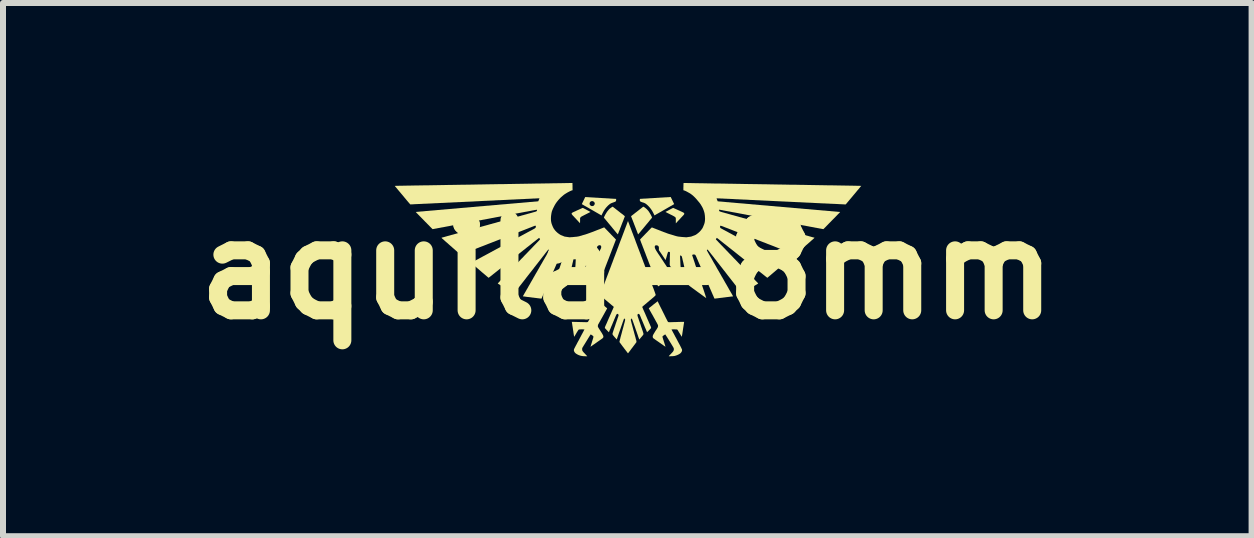
<source format=kicad_pcb>
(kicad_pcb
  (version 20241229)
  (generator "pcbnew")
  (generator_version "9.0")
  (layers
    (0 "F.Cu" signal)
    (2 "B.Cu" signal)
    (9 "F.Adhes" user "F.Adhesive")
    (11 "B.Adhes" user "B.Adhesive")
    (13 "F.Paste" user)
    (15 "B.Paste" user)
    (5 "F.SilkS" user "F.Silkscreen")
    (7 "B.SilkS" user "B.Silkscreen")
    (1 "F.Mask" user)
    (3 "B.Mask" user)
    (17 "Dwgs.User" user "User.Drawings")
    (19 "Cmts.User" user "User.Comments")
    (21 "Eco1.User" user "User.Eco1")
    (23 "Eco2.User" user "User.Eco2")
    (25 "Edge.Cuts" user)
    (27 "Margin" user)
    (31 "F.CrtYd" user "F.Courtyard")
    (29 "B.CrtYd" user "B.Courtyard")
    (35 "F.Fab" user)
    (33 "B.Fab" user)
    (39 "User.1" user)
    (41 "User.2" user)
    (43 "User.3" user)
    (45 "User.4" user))
  (footprint "aquila-8mm"
    (layer "F.Cu")
    (at 7.407 1.445)
    (property "Reference" "aquila-8mm" (at 0 0 0) (layer "F.SilkS") (effects (font (size 1.5 1.5) (thickness 0.3))))
    (attr board_only exclude_from_pos_files exclude_from_bom)
    (fp_poly (pts (xy -0.741 -1.029) (xy -0.739 -1.028) (xy -0.737 -1.027) (xy -0.733 -1.025) (xy -0.727 -1.023) (xy -0.721 -1.019) (xy -0.713 -1.015) (xy -0.702 -1.01) (xy -0.69 -1.003) (xy -0.676 -0.996) (xy -0.66 -0.987) (xy -0.64 -0.977) (xy -0.638 -0.975) (xy -0.613 -0.962) (xy -0.688 -0.924) (xy -0.702 -0.917) (xy -0.716 -0.91) (xy -0.729 -0.903) (xy -0.741 -0.897) (xy -0.751 -0.892) (xy -0.759 -0.887) (xy -0.766 -0.884) (xy -0.769 -0.881) (xy -0.77 -0.881) (xy -0.776 -0.876) (xy -0.781 -0.869) (xy -0.782 -0.867) (xy -0.787 -0.859) (xy -0.787 -0.816) (xy -0.788 -0.774) (xy -0.812 -0.799) (xy -0.818 -0.806) (xy -0.826 -0.815) (xy -0.836 -0.825) (xy -0.846 -0.836) (xy -0.857 -0.848) (xy -0.868 -0.86) (xy -0.879 -0.871) (xy -0.88 -0.872) (xy -0.891 -0.885) (xy -0.901 -0.895) (xy -0.909 -0.903) (xy -0.915 -0.91) (xy -0.919 -0.916) (xy -0.923 -0.921) (xy -0.925 -0.924) (xy -0.927 -0.927) (xy -0.928 -0.93) (xy -0.928 -0.933) (xy -0.928 -0.934) (xy -0.927 -0.939) (xy -0.923 -0.944) (xy -0.917 -0.949) (xy -0.914 -0.951) (xy -0.911 -0.953) (xy -0.906 -0.955) (xy -0.899 -0.959) (xy -0.89 -0.963) (xy -0.879 -0.968) (xy -0.867 -0.973) (xy -0.854 -0.979) (xy -0.841 -0.986) (xy -0.827 -0.992) (xy -0.813 -0.998) (xy -0.8 -1.004) (xy -0.787 -1.01) (xy -0.776 -1.015) (xy -0.765 -1.02) (xy -0.757 -1.024) (xy -0.75 -1.027) (xy -0.745 -1.029) (xy -0.743 -1.029) (xy -0.743 -1.029)) (stroke (width 0) (type solid)) (fill yes) (layer "F.SilkS"))
    (fp_poly (pts (xy 0.766 -1.029) (xy 0.77 -1.027) (xy 0.776 -1.025) (xy 0.782 -1.022) (xy 0.807 -1.011) (xy 0.829 -1.001) (xy 0.848 -0.992) (xy 0.865 -0.985) (xy 0.88 -0.978) (xy 0.892 -0.972) (xy 0.903 -0.967) (xy 0.913 -0.963) (xy 0.92 -0.959) (xy 0.926 -0.956) (xy 0.931 -0.954) (xy 0.935 -0.951) (xy 0.938 -0.95) (xy 0.941 -0.948) (xy 0.942 -0.947) (xy 0.944 -0.946) (xy 0.944 -0.945) (xy 0.948 -0.94) (xy 0.95 -0.934) (xy 0.949 -0.927) (xy 0.948 -0.924) (xy 0.947 -0.923) (xy 0.946 -0.922) (xy 0.945 -0.92) (xy 0.944 -0.918) (xy 0.942 -0.915) (xy 0.939 -0.912) (xy 0.935 -0.907) (xy 0.93 -0.902) (xy 0.924 -0.895) (xy 0.916 -0.887) (xy 0.907 -0.877) (xy 0.896 -0.866) (xy 0.884 -0.852) (xy 0.87 -0.837) (xy 0.861 -0.828) (xy 0.809 -0.772) (xy 0.809 -0.814) (xy 0.809 -0.827) (xy 0.809 -0.837) (xy 0.809 -0.845) (xy 0.809 -0.851) (xy 0.808 -0.856) (xy 0.808 -0.859) (xy 0.807 -0.862) (xy 0.807 -0.863) (xy 0.805 -0.866) (xy 0.804 -0.869) (xy 0.802 -0.872) (xy 0.799 -0.875) (xy 0.796 -0.878) (xy 0.791 -0.881) (xy 0.785 -0.885) (xy 0.777 -0.89) (xy 0.768 -0.895) (xy 0.757 -0.901) (xy 0.743 -0.908) (xy 0.727 -0.916) (xy 0.712 -0.923) (xy 0.698 -0.931) (xy 0.685 -0.937) (xy 0.672 -0.943) (xy 0.662 -0.949) (xy 0.652 -0.954) (xy 0.645 -0.957) (xy 0.64 -0.96) (xy 0.637 -0.962) (xy 0.636 -0.962) (xy 0.638 -0.963) (xy 0.641 -0.965) (xy 0.647 -0.968) (xy 0.655 -0.972) (xy 0.663 -0.977) (xy 0.674 -0.982) (xy 0.684 -0.988) (xy 0.696 -0.994) (xy 0.707 -1) (xy 0.718 -1.006) (xy 0.729 -1.012) (xy 0.739 -1.017) (xy 0.748 -1.021) (xy 0.755 -1.025) (xy 0.76 -1.028) (xy 0.763 -1.029) (xy 0.763 -1.029)) (stroke (width 0) (type solid)) (fill yes) (layer "F.SilkS"))
    (fp_poly (pts (xy 0.278 -1.044) (xy 0.291 -1.036) (xy 0.304 -1.026) (xy 0.318 -1.014) (xy 0.331 -1.002) (xy 0.336 -0.996) (xy 0.342 -0.989) (xy 0.348 -0.983) (xy 0.352 -0.978) (xy 0.356 -0.973) (xy 0.359 -0.967) (xy 0.363 -0.961) (xy 0.368 -0.954) (xy 0.374 -0.945) (xy 0.378 -0.937) (xy 0.387 -0.923) (xy 0.394 -0.91) (xy 0.4 -0.898) (xy 0.405 -0.888) (xy 0.409 -0.879) (xy 0.411 -0.872) (xy 0.411 -0.867) (xy 0.411 -0.865) (xy 0.41 -0.863) (xy 0.406 -0.859) (xy 0.402 -0.853) (xy 0.396 -0.846) (xy 0.389 -0.838) (xy 0.381 -0.829) (xy 0.378 -0.825) (xy 0.368 -0.813) (xy 0.358 -0.8) (xy 0.348 -0.788) (xy 0.338 -0.776) (xy 0.327 -0.763) (xy 0.315 -0.749) (xy 0.302 -0.733) (xy 0.288 -0.716) (xy 0.277 -0.703) (xy 0.261 -0.683) (xy 0.246 -0.666) (xy 0.233 -0.65) (xy 0.222 -0.637) (xy 0.213 -0.625) (xy 0.205 -0.616) (xy 0.198 -0.608) (xy 0.192 -0.601) (xy 0.188 -0.596) (xy 0.185 -0.592) (xy 0.183 -0.59) (xy 0.181 -0.588) (xy 0.181 -0.588) (xy 0.181 -0.588) (xy 0.18 -0.589) (xy 0.178 -0.593) (xy 0.176 -0.598) (xy 0.173 -0.605) (xy 0.172 -0.609) (xy 0.166 -0.624) (xy 0.16 -0.639) (xy 0.155 -0.654) (xy 0.148 -0.67) (xy 0.142 -0.687) (xy 0.134 -0.707) (xy 0.126 -0.728) (xy 0.117 -0.751) (xy 0.116 -0.752) (xy 0.111 -0.767) (xy 0.105 -0.783) (xy 0.099 -0.797) (xy 0.094 -0.811) (xy 0.089 -0.824) (xy 0.084 -0.835) (xy 0.081 -0.844) (xy 0.079 -0.848) (xy 0.076 -0.857) (xy 0.072 -0.866) (xy 0.069 -0.874) (xy 0.067 -0.88) (xy 0.065 -0.883) (xy 0.064 -0.888) (xy 0.063 -0.891) (xy 0.064 -0.892) (xy 0.065 -0.893) (xy 0.069 -0.896) (xy 0.074 -0.9) (xy 0.082 -0.906) (xy 0.091 -0.913) (xy 0.101 -0.921) (xy 0.112 -0.929) (xy 0.121 -0.937) (xy 0.135 -0.948) (xy 0.15 -0.959) (xy 0.165 -0.971) (xy 0.181 -0.983) (xy 0.195 -0.995) (xy 0.209 -1.005) (xy 0.22 -1.014) (xy 0.222 -1.015) (xy 0.266 -1.05)) (stroke (width 0) (type solid)) (fill yes) (layer "F.SilkS"))
    (fp_poly (pts (xy -0.22 -1.032) (xy -0.212 -1.026) (xy -0.205 -1.02) (xy -0.198 -1.015) (xy -0.193 -1.011) (xy -0.191 -1.009) (xy -0.186 -1.005) (xy -0.179 -1) (xy -0.172 -0.994) (xy -0.165 -0.989) (xy -0.161 -0.986) (xy -0.157 -0.983) (xy -0.152 -0.979) (xy -0.146 -0.974) (xy -0.144 -0.972) (xy -0.14 -0.969) (xy -0.134 -0.965) (xy -0.126 -0.958) (xy -0.117 -0.951) (xy -0.107 -0.943) (xy -0.096 -0.935) (xy -0.086 -0.928) (xy -0.076 -0.92) (xy -0.066 -0.912) (xy -0.058 -0.905) (xy -0.051 -0.899) (xy -0.045 -0.895) (xy -0.042 -0.892) (xy -0.041 -0.89) (xy -0.041 -0.89) (xy -0.041 -0.889) (xy -0.043 -0.884) (xy -0.045 -0.877) (xy -0.049 -0.867) (xy -0.054 -0.855) (xy -0.059 -0.841) (xy -0.065 -0.825) (xy -0.072 -0.807) (xy -0.08 -0.788) (xy -0.088 -0.767) (xy -0.097 -0.744) (xy -0.106 -0.72) (xy -0.107 -0.716) (xy -0.109 -0.712) (xy -0.112 -0.705) (xy -0.116 -0.695) (xy -0.12 -0.684) (xy -0.124 -0.672) (xy -0.129 -0.66) (xy -0.135 -0.646) (xy -0.135 -0.646) (xy -0.14 -0.634) (xy -0.144 -0.622) (xy -0.148 -0.612) (xy -0.152 -0.603) (xy -0.154 -0.596) (xy -0.156 -0.591) (xy -0.157 -0.589) (xy -0.158 -0.589) (xy -0.159 -0.59) (xy -0.162 -0.593) (xy -0.166 -0.598) (xy -0.172 -0.604) (xy -0.179 -0.612) (xy -0.186 -0.621) (xy -0.193 -0.629) (xy -0.203 -0.641) (xy -0.214 -0.654) (xy -0.226 -0.669) (xy -0.238 -0.683) (xy -0.25 -0.698) (xy -0.261 -0.712) (xy -0.266 -0.718) (xy -0.277 -0.731) (xy -0.289 -0.745) (xy -0.302 -0.761) (xy -0.315 -0.776) (xy -0.327 -0.791) (xy -0.338 -0.804) (xy -0.342 -0.809) (xy -0.351 -0.82) (xy -0.359 -0.83) (xy -0.367 -0.839) (xy -0.373 -0.847) (xy -0.379 -0.853) (xy -0.383 -0.858) (xy -0.385 -0.86) (xy -0.39 -0.867) (xy -0.386 -0.877) (xy -0.381 -0.89) (xy -0.373 -0.905) (xy -0.365 -0.921) (xy -0.355 -0.937) (xy -0.346 -0.952) (xy -0.337 -0.966) (xy -0.329 -0.976) (xy -0.32 -0.987) (xy -0.311 -0.998) (xy -0.302 -1.007) (xy -0.294 -1.016) (xy -0.29 -1.018) (xy -0.283 -1.024) (xy -0.275 -1.03) (xy -0.266 -1.036) (xy -0.261 -1.04) (xy -0.244 -1.05)) (stroke (width 0) (type solid)) (fill yes) (layer "F.SilkS"))
    (fp_poly (pts (xy 0.75 -1.157) (xy 0.756 -1.145) (xy 0.761 -1.134) (xy 0.766 -1.123) (xy 0.771 -1.114) (xy 0.775 -1.107) (xy 0.777 -1.101) (xy 0.778 -1.099) (xy 0.779 -1.099) (xy 0.78 -1.095) (xy 0.78 -1.092) (xy 0.779 -1.091) (xy 0.777 -1.09) (xy 0.773 -1.087) (xy 0.767 -1.084) (xy 0.76 -1.08) (xy 0.752 -1.075) (xy 0.744 -1.07) (xy 0.733 -1.064) (xy 0.721 -1.058) (xy 0.709 -1.051) (xy 0.697 -1.044) (xy 0.692 -1.041) (xy 0.684 -1.037) (xy 0.674 -1.031) (xy 0.662 -1.024) (xy 0.648 -1.016) (xy 0.633 -1.007) (xy 0.617 -0.998) (xy 0.601 -0.989) (xy 0.584 -0.979) (xy 0.57 -0.971) (xy 0.555 -0.962) (xy 0.54 -0.954) (xy 0.525 -0.945) (xy 0.512 -0.938) (xy 0.5 -0.931) (xy 0.489 -0.925) (xy 0.48 -0.92) (xy 0.474 -0.916) (xy 0.47 -0.913) (xy 0.469 -0.913) (xy 0.463 -0.91) (xy 0.458 -0.907) (xy 0.455 -0.905) (xy 0.454 -0.905) (xy 0.452 -0.906) (xy 0.45 -0.91) (xy 0.448 -0.915) (xy 0.447 -0.917) (xy 0.431 -0.95) (xy 0.414 -0.981) (xy 0.395 -1.009) (xy 0.374 -1.036) (xy 0.352 -1.06) (xy 0.329 -1.082) (xy 0.315 -1.093) (xy 0.307 -1.099) (xy 0.299 -1.104) (xy 0.291 -1.108) (xy 0.283 -1.112) (xy 0.273 -1.116) (xy 0.26 -1.12) (xy 0.258 -1.12) (xy 0.244 -1.125) (xy 0.233 -1.129) (xy 0.224 -1.133) (xy 0.218 -1.137) (xy 0.213 -1.141) (xy 0.21 -1.146) (xy 0.209 -1.152) (xy 0.209 -1.159) (xy 0.209 -1.166) (xy 0.209 -1.172) (xy 0.21 -1.177) (xy 0.211 -1.179) (xy 0.212 -1.18) (xy 0.213 -1.18) (xy 0.216 -1.18) (xy 0.221 -1.18) (xy 0.228 -1.181) (xy 0.237 -1.181) (xy 0.247 -1.182) (xy 0.253 -1.182) (xy 0.263 -1.183) (xy 0.276 -1.184) (xy 0.29 -1.184) (xy 0.306 -1.185) (xy 0.322 -1.186) (xy 0.339 -1.187) (xy 0.355 -1.188) (xy 0.355 -1.188) (xy 0.377 -1.19) (xy 0.4 -1.191) (xy 0.423 -1.192) (xy 0.448 -1.194) (xy 0.472 -1.195) (xy 0.496 -1.197) (xy 0.519 -1.198) (xy 0.542 -1.2) (xy 0.563 -1.201) (xy 0.582 -1.202) (xy 0.599 -1.203) (xy 0.613 -1.204) (xy 0.616 -1.204) (xy 0.628 -1.205) (xy 0.642 -1.206) (xy 0.656 -1.206) (xy 0.668 -1.207) (xy 0.679 -1.208) (xy 0.681 -1.208) (xy 0.691 -1.208) (xy 0.7 -1.209) (xy 0.708 -1.21) (xy 0.713 -1.21) (xy 0.716 -1.21) (xy 0.724 -1.211)) (stroke (width 0) (type solid)) (fill yes) (layer "F.SilkS"))
    (fp_poly (pts (xy -0.699 -1.21) (xy -0.695 -1.21) (xy -0.689 -1.21) (xy -0.68 -1.209) (xy -0.67 -1.209) (xy -0.658 -1.208) (xy -0.654 -1.208) (xy -0.642 -1.207) (xy -0.628 -1.206) (xy -0.612 -1.205) (xy -0.595 -1.204) (xy -0.575 -1.203) (xy -0.555 -1.202) (xy -0.533 -1.2) (xy -0.511 -1.199) (xy -0.488 -1.198) (xy -0.464 -1.196) (xy -0.44 -1.195) (xy -0.416 -1.193) (xy -0.393 -1.192) (xy -0.369 -1.191) (xy -0.346 -1.189) (xy -0.324 -1.188) (xy -0.303 -1.187) (xy -0.283 -1.185) (xy -0.264 -1.184) (xy -0.247 -1.183) (xy -0.232 -1.182) (xy -0.218 -1.181) (xy -0.207 -1.181) (xy -0.198 -1.18) (xy -0.192 -1.18) (xy -0.189 -1.18) (xy -0.188 -1.18) (xy -0.187 -1.18) (xy -0.186 -1.178) (xy -0.186 -1.176) (xy -0.186 -1.171) (xy -0.186 -1.164) (xy -0.186 -1.163) (xy -0.187 -1.155) (xy -0.187 -1.15) (xy -0.188 -1.146) (xy -0.189 -1.143) (xy -0.19 -1.142) (xy -0.194 -1.138) (xy -0.198 -1.135) (xy -0.205 -1.131) (xy -0.213 -1.128) (xy -0.223 -1.124) (xy -0.229 -1.122) (xy -0.251 -1.114) (xy -0.271 -1.106) (xy -0.288 -1.096) (xy -0.295 -1.091) (xy -0.299 -1.087) (xy -0.306 -1.081) (xy -0.314 -1.075) (xy -0.322 -1.067) (xy -0.33 -1.059) (xy -0.332 -1.057) (xy -0.344 -1.044) (xy -0.355 -1.032) (xy -0.365 -1.019) (xy -0.374 -1.007) (xy -0.384 -0.992) (xy -0.394 -0.976) (xy -0.397 -0.97) (xy -0.401 -0.963) (xy -0.406 -0.954) (xy -0.41 -0.945) (xy -0.415 -0.936) (xy -0.419 -0.928) (xy -0.423 -0.92) (xy -0.426 -0.913) (xy -0.427 -0.909) (xy -0.428 -0.906) (xy -0.429 -0.905) (xy -0.431 -0.905) (xy -0.435 -0.907) (xy -0.441 -0.91) (xy -0.445 -0.912) (xy -0.449 -0.915) (xy -0.456 -0.919) (xy -0.466 -0.924) (xy -0.477 -0.931) (xy -0.49 -0.938) (xy -0.504 -0.947) (xy -0.52 -0.955) (xy -0.536 -0.965) (xy -0.554 -0.975) (xy -0.571 -0.985) (xy -0.589 -0.995) (xy -0.606 -1.005) (xy -0.624 -1.015) (xy -0.64 -1.025) (xy -0.656 -1.034) (xy -0.671 -1.042) (xy -0.684 -1.05) (xy -0.696 -1.056) (xy -0.705 -1.062) (xy -0.707 -1.062) (xy -0.718 -1.069) (xy -0.729 -1.075) (xy -0.738 -1.081) (xy -0.746 -1.085) (xy -0.752 -1.089) (xy -0.756 -1.091) (xy -0.758 -1.093) (xy -0.758 -1.093) (xy -0.757 -1.094) (xy -0.755 -1.098) (xy -0.755 -1.1) (xy -0.629 -1.1) (xy -0.628 -1.093) (xy -0.627 -1.089) (xy -0.625 -1.084) (xy -0.624 -1.082) (xy -0.617 -1.073) (xy -0.609 -1.066) (xy -0.601 -1.062) (xy -0.595 -1.06) (xy -0.587 -1.06) (xy -0.578 -1.06) (xy -0.571 -1.062) (xy -0.57 -1.062) (xy -0.561 -1.066) (xy -0.554 -1.073) (xy -0.548 -1.082) (xy -0.544 -1.092) (xy -0.542 -1.102) (xy -0.542 -1.103) (xy -0.544 -1.112) (xy -0.548 -1.121) (xy -0.554 -1.129) (xy -0.557 -1.132) (xy -0.568 -1.138) (xy -0.578 -1.142) (xy -0.588 -1.143) (xy -0.598 -1.141) (xy -0.607 -1.138) (xy -0.615 -1.132) (xy -0.622 -1.124) (xy -0.626 -1.115) (xy -0.628 -1.104) (xy -0.629 -1.1) (xy -0.755 -1.1) (xy -0.752 -1.104) (xy -0.749 -1.112) (xy -0.744 -1.121) (xy -0.739 -1.131) (xy -0.734 -1.142) (xy -0.729 -1.153) (xy -0.723 -1.165) (xy -0.718 -1.175) (xy -0.714 -1.185) (xy -0.709 -1.194) (xy -0.706 -1.201) (xy -0.703 -1.207) (xy -0.701 -1.21) (xy -0.701 -1.21)) (stroke (width 0) (type solid)) (fill yes) (layer "F.SilkS"))
    (fp_poly (pts (xy -0.481 0.529) (xy -0.477 0.532) (xy -0.472 0.535) (xy -0.466 0.54) (xy -0.462 0.543) (xy -0.45 0.553) (xy -0.437 0.563) (xy -0.422 0.575) (xy -0.406 0.587) (xy -0.391 0.6) (xy -0.376 0.611) (xy -0.363 0.622) (xy -0.359 0.625) (xy -0.352 0.631) (xy -0.346 0.636) (xy -0.34 0.641) (xy -0.337 0.644) (xy -0.336 0.646) (xy -0.336 0.646) (xy -0.337 0.648) (xy -0.339 0.652) (xy -0.342 0.658) (xy -0.346 0.665) (xy -0.351 0.673) (xy -0.351 0.673) (xy -0.354 0.679) (xy -0.358 0.687) (xy -0.364 0.697) (xy -0.371 0.709) (xy -0.378 0.723) (xy -0.387 0.738) (xy -0.396 0.754) (xy -0.405 0.771) (xy -0.415 0.789) (xy -0.425 0.807) (xy -0.427 0.81) (xy -0.489 0.921) (xy -0.49 0.935) (xy -0.491 0.949) (xy -0.484 0.963) (xy -0.482 0.968) (xy -0.477 0.975) (xy -0.472 0.984) (xy -0.466 0.993) (xy -0.46 1.002) (xy -0.459 1.003) (xy -0.453 1.013) (xy -0.445 1.025) (xy -0.437 1.038) (xy -0.429 1.05) (xy -0.422 1.062) (xy -0.421 1.063) (xy -0.415 1.074) (xy -0.411 1.082) (xy -0.407 1.088) (xy -0.405 1.093) (xy -0.403 1.097) (xy -0.402 1.1) (xy -0.401 1.104) (xy -0.4 1.108) (xy -0.4 1.11) (xy -0.398 1.123) (xy -0.403 1.133) (xy -0.405 1.135) (xy -0.406 1.137) (xy -0.407 1.138) (xy -0.409 1.14) (xy -0.411 1.142) (xy -0.413 1.145) (xy -0.417 1.148) (xy -0.422 1.151) (xy -0.429 1.156) (xy -0.436 1.162) (xy -0.446 1.168) (xy -0.457 1.176) (xy -0.471 1.186) (xy -0.487 1.197) (xy -0.49 1.199) (xy -0.501 1.207) (xy -0.51 1.213) (xy -0.517 1.219) (xy -0.525 1.224) (xy -0.532 1.229) (xy -0.539 1.234) (xy -0.547 1.24) (xy -0.557 1.246) (xy -0.569 1.254) (xy -0.574 1.258) (xy -0.584 1.265) (xy -0.593 1.271) (xy -0.601 1.277) (xy -0.607 1.281) (xy -0.611 1.284) (xy -0.614 1.285) (xy -0.614 1.285) (xy -0.613 1.284) (xy -0.612 1.279) (xy -0.61 1.273) (xy -0.607 1.264) (xy -0.604 1.253) (xy -0.6 1.241) (xy -0.596 1.228) (xy -0.591 1.213) (xy -0.59 1.208) (xy -0.584 1.189) (xy -0.579 1.173) (xy -0.575 1.16) (xy -0.571 1.149) (xy -0.569 1.139) (xy -0.567 1.132) (xy -0.565 1.126) (xy -0.565 1.121) (xy -0.565 1.118) (xy -0.565 1.115) (xy -0.566 1.112) (xy -0.567 1.11) (xy -0.568 1.109) (xy -0.57 1.107) (xy -0.574 1.103) (xy -0.579 1.099) (xy -0.586 1.095) (xy -0.592 1.09) (xy -0.599 1.086) (xy -0.604 1.083) (xy -0.608 1.08) (xy -0.61 1.08) (xy -0.611 1.081) (xy -0.614 1.085) (xy -0.618 1.09) (xy -0.622 1.097) (xy -0.626 1.103) (xy -0.652 1.145) (xy -0.679 1.189) (xy -0.706 1.233) (xy -0.716 1.249) (xy -0.724 1.261) (xy -0.73 1.272) (xy -0.736 1.282) (xy -0.742 1.291) (xy -0.746 1.298) (xy -0.749 1.304) (xy -0.75 1.307) (xy -0.75 1.307) (xy -0.752 1.314) (xy -0.753 1.323) (xy -0.752 1.334) (xy -0.751 1.339) (xy -0.751 1.343) (xy -0.75 1.347) (xy -0.749 1.351) (xy -0.747 1.354) (xy -0.745 1.358) (xy -0.741 1.363) (xy -0.737 1.368) (xy -0.732 1.374) (xy -0.725 1.382) (xy -0.716 1.391) (xy -0.705 1.403) (xy -0.703 1.405) (xy -0.696 1.413) (xy -0.689 1.42) (xy -0.683 1.427) (xy -0.677 1.432) (xy -0.674 1.436) (xy -0.674 1.436) (xy -0.667 1.444) (xy -0.696 1.444) (xy -0.706 1.443) (xy -0.716 1.443) (xy -0.725 1.443) (xy -0.733 1.442) (xy -0.737 1.442) (xy -0.764 1.438) (xy -0.789 1.432) (xy -0.813 1.423) (xy -0.835 1.412) (xy -0.856 1.399) (xy -0.86 1.396) (xy -0.871 1.385) (xy -0.88 1.374) (xy -0.886 1.362) (xy -0.89 1.35) (xy -0.89 1.338) (xy -0.889 1.331) (xy -0.888 1.326) (xy -0.885 1.32) (xy -0.881 1.312) (xy -0.879 1.307) (xy -0.877 1.303) (xy -0.873 1.297) (xy -0.869 1.288) (xy -0.863 1.277) (xy -0.857 1.265) (xy -0.849 1.251) (xy -0.841 1.236) (xy -0.833 1.22) (xy -0.824 1.203) (xy -0.814 1.186) (xy -0.805 1.169) (xy -0.796 1.152) (xy -0.788 1.136) (xy -0.78 1.121) (xy -0.772 1.107) (xy -0.766 1.094) (xy -0.76 1.084) (xy -0.756 1.075) (xy -0.752 1.069) (xy -0.75 1.065) (xy -0.746 1.058) (xy -0.742 1.05) (xy -0.737 1.04) (xy -0.731 1.03) (xy -0.728 1.023) (xy -0.724 1.015) (xy -0.72 1.008) (xy -0.717 1.002) (xy -0.715 0.998) (xy -0.714 0.996) (xy -0.714 0.996) (xy -0.716 0.996) (xy -0.72 0.996) (xy -0.726 0.996) (xy -0.735 0.996) (xy -0.745 0.995) (xy -0.754 0.995) (xy -0.769 0.995) (xy -0.781 0.996) (xy -0.79 0.996) (xy -0.797 0.997) (xy -0.803 0.998) (xy -0.807 0.999) (xy -0.811 1.001) (xy -0.813 1.003) (xy -0.815 1.005) (xy -0.817 1.008) (xy -0.82 1.012) (xy -0.824 1.019) (xy -0.83 1.028) (xy -0.836 1.038) (xy -0.843 1.049) (xy -0.85 1.061) (xy -0.852 1.065) (xy -0.861 1.08) (xy -0.868 1.092) (xy -0.874 1.102) (xy -0.879 1.109) (xy -0.882 1.114) (xy -0.885 1.117) (xy -0.886 1.118) (xy -0.886 1.118) (xy -0.887 1.115) (xy -0.888 1.11) (xy -0.889 1.103) (xy -0.89 1.095) (xy -0.892 1.085) (xy -0.893 1.078) (xy -0.897 1.053) (xy -0.9 1.029) (xy -0.904 1.006) (xy -0.907 0.984) (xy -0.91 0.964) (xy -0.913 0.945) (xy -0.916 0.928) (xy -0.918 0.913) (xy -0.92 0.9) (xy -0.922 0.889) (xy -0.923 0.881) (xy -0.924 0.876) (xy -0.924 0.874) (xy -0.924 0.873) (xy -0.925 0.87) (xy -0.8 0.873) (xy -0.776 0.874) (xy -0.754 0.874) (xy -0.735 0.875) (xy -0.719 0.875) (xy -0.705 0.875) (xy -0.694 0.876) (xy -0.684 0.876) (xy -0.677 0.876) (xy -0.672 0.875) (xy -0.669 0.875) (xy -0.668 0.875) (xy -0.662 0.873) (xy -0.657 0.871) (xy -0.654 0.867) (xy -0.652 0.864) (xy -0.649 0.859) (xy -0.645 0.852) (xy -0.64 0.842) (xy -0.634 0.83) (xy -0.626 0.815) (xy -0.618 0.799) (xy -0.609 0.781) (xy -0.599 0.762) (xy -0.589 0.741) (xy -0.578 0.719) (xy -0.566 0.695) (xy -0.554 0.671) (xy -0.541 0.645) (xy -0.528 0.619) (xy -0.515 0.592) (xy -0.503 0.568) (xy -0.498 0.557) (xy -0.493 0.548) (xy -0.489 0.54) (xy -0.486 0.534) (xy -0.484 0.53) (xy -0.483 0.528) (xy -0.483 0.528)) (stroke (width 0) (type solid)) (fill yes) (layer "F.SilkS"))
    (fp_poly (pts (xy 0.543 0.603) (xy 0.559 0.635) (xy 0.574 0.664) (xy 0.587 0.691) (xy 0.599 0.715) (xy 0.61 0.737) (xy 0.62 0.757) (xy 0.628 0.774) (xy 0.636 0.79) (xy 0.643 0.804) (xy 0.649 0.816) (xy 0.654 0.826) (xy 0.659 0.835) (xy 0.663 0.843) (xy 0.666 0.849) (xy 0.668 0.854) (xy 0.671 0.858) (xy 0.672 0.861) (xy 0.674 0.863) (xy 0.674 0.865) (xy 0.675 0.865) (xy 0.677 0.868) (xy 0.678 0.87) (xy 0.68 0.872) (xy 0.682 0.873) (xy 0.685 0.874) (xy 0.689 0.875) (xy 0.693 0.876) (xy 0.699 0.876) (xy 0.707 0.876) (xy 0.717 0.876) (xy 0.729 0.876) (xy 0.743 0.875) (xy 0.76 0.875) (xy 0.776 0.874) (xy 0.802 0.874) (xy 0.826 0.873) (xy 0.847 0.872) (xy 0.866 0.872) (xy 0.882 0.871) (xy 0.896 0.871) (xy 0.907 0.871) (xy 0.917 0.871) (xy 0.925 0.871) (xy 0.932 0.87) (xy 0.937 0.871) (xy 0.94 0.871) (xy 0.943 0.871) (xy 0.945 0.871) (xy 0.946 0.871) (xy 0.947 0.872) (xy 0.947 0.872) (xy 0.947 0.872) (xy 0.947 0.875) (xy 0.946 0.879) (xy 0.945 0.887) (xy 0.944 0.896) (xy 0.942 0.907) (xy 0.94 0.919) (xy 0.938 0.932) (xy 0.938 0.936) (xy 0.935 0.952) (xy 0.932 0.971) (xy 0.929 0.991) (xy 0.926 1.012) (xy 0.923 1.032) (xy 0.92 1.05) (xy 0.919 1.058) (xy 0.917 1.071) (xy 0.915 1.084) (xy 0.913 1.095) (xy 0.911 1.104) (xy 0.91 1.112) (xy 0.909 1.117) (xy 0.909 1.12) (xy 0.909 1.12) (xy 0.908 1.119) (xy 0.906 1.115) (xy 0.902 1.109) (xy 0.897 1.102) (xy 0.892 1.093) (xy 0.885 1.082) (xy 0.878 1.07) (xy 0.874 1.063) (xy 0.866 1.051) (xy 0.859 1.039) (xy 0.853 1.029) (xy 0.847 1.019) (xy 0.843 1.012) (xy 0.839 1.006) (xy 0.837 1.003) (xy 0.836 1.002) (xy 0.832 0.999) (xy 0.828 0.997) (xy 0.827 0.997) (xy 0.824 0.997) (xy 0.818 0.996) (xy 0.811 0.996) (xy 0.802 0.996) (xy 0.792 0.995) (xy 0.782 0.995) (xy 0.772 0.995) (xy 0.762 0.995) (xy 0.753 0.996) (xy 0.746 0.996) (xy 0.741 0.996) (xy 0.738 0.997) (xy 0.738 0.997) (xy 0.738 0.999) (xy 0.74 1.003) (xy 0.743 1.009) (xy 0.747 1.017) (xy 0.752 1.025) (xy 0.755 1.032) (xy 0.761 1.043) (xy 0.768 1.056) (xy 0.776 1.07) (xy 0.783 1.084) (xy 0.79 1.097) (xy 0.794 1.104) (xy 0.799 1.115) (xy 0.805 1.125) (xy 0.81 1.134) (xy 0.814 1.141) (xy 0.817 1.147) (xy 0.819 1.151) (xy 0.819 1.151) (xy 0.835 1.181) (xy 0.849 1.208) (xy 0.862 1.232) (xy 0.874 1.254) (xy 0.884 1.273) (xy 0.892 1.29) (xy 0.899 1.303) (xy 0.904 1.314) (xy 0.908 1.323) (xy 0.911 1.329) (xy 0.912 1.331) (xy 0.913 1.342) (xy 0.912 1.353) (xy 0.908 1.364) (xy 0.901 1.375) (xy 0.899 1.379) (xy 0.894 1.385) (xy 0.89 1.39) (xy 0.885 1.394) (xy 0.879 1.399) (xy 0.873 1.403) (xy 0.862 1.41) (xy 0.848 1.417) (xy 0.833 1.424) (xy 0.817 1.43) (xy 0.802 1.435) (xy 0.787 1.439) (xy 0.781 1.44) (xy 0.776 1.441) (xy 0.769 1.441) (xy 0.76 1.442) (xy 0.75 1.443) (xy 0.74 1.443) (xy 0.73 1.443) (xy 0.72 1.444) (xy 0.711 1.444) (xy 0.703 1.444) (xy 0.696 1.444) (xy 0.692 1.443) (xy 0.691 1.443) (xy 0.691 1.443) (xy 0.692 1.441) (xy 0.695 1.438) (xy 0.7 1.433) (xy 0.705 1.426) (xy 0.712 1.419) (xy 0.716 1.416) (xy 0.724 1.407) (xy 0.732 1.399) (xy 0.739 1.391) (xy 0.746 1.384) (xy 0.751 1.379) (xy 0.751 1.378) (xy 0.757 1.372) (xy 0.762 1.366) (xy 0.765 1.361) (xy 0.767 1.359) (xy 0.773 1.346) (xy 0.776 1.334) (xy 0.776 1.321) (xy 0.774 1.31) (xy 0.773 1.306) (xy 0.771 1.303) (xy 0.768 1.297) (xy 0.764 1.29) (xy 0.759 1.281) (xy 0.752 1.271) (xy 0.746 1.259) (xy 0.738 1.248) (xy 0.738 1.247) (xy 0.73 1.233) (xy 0.72 1.218) (xy 0.71 1.201) (xy 0.699 1.184) (xy 0.689 1.167) (xy 0.679 1.151) (xy 0.671 1.139) (xy 0.664 1.127) (xy 0.657 1.116) (xy 0.65 1.106) (xy 0.645 1.097) (xy 0.64 1.09) (xy 0.637 1.084) (xy 0.634 1.081) (xy 0.634 1.081) (xy 0.632 1.081) (xy 0.628 1.082) (xy 0.623 1.085) (xy 0.615 1.09) (xy 0.613 1.092) (xy 0.604 1.098) (xy 0.596 1.104) (xy 0.591 1.109) (xy 0.588 1.113) (xy 0.586 1.117) (xy 0.586 1.119) (xy 0.586 1.122) (xy 0.588 1.127) (xy 0.59 1.134) (xy 0.593 1.144) (xy 0.596 1.155) (xy 0.6 1.168) (xy 0.605 1.182) (xy 0.609 1.197) (xy 0.612 1.205) (xy 0.617 1.22) (xy 0.621 1.234) (xy 0.625 1.247) (xy 0.629 1.259) (xy 0.632 1.269) (xy 0.634 1.276) (xy 0.636 1.282) (xy 0.637 1.285) (xy 0.637 1.285) (xy 0.636 1.285) (xy 0.632 1.282) (xy 0.627 1.279) (xy 0.619 1.274) (xy 0.611 1.268) (xy 0.602 1.262) (xy 0.598 1.259) (xy 0.589 1.252) (xy 0.577 1.244) (xy 0.564 1.235) (xy 0.55 1.225) (xy 0.535 1.215) (xy 0.52 1.204) (xy 0.505 1.194) (xy 0.498 1.189) (xy 0.485 1.18) (xy 0.473 1.172) (xy 0.463 1.164) (xy 0.453 1.157) (xy 0.445 1.151) (xy 0.439 1.147) (xy 0.434 1.143) (xy 0.432 1.142) (xy 0.432 1.142) (xy 0.427 1.133) (xy 0.424 1.123) (xy 0.424 1.112) (xy 0.426 1.1) (xy 0.428 1.095) (xy 0.431 1.087) (xy 0.436 1.078) (xy 0.443 1.066) (xy 0.451 1.053) (xy 0.46 1.038) (xy 0.469 1.023) (xy 0.48 1.006) (xy 0.482 1.004) (xy 0.49 0.992) (xy 0.496 0.982) (xy 0.501 0.974) (xy 0.505 0.967) (xy 0.508 0.961) (xy 0.51 0.956) (xy 0.511 0.952) (xy 0.512 0.947) (xy 0.512 0.943) (xy 0.512 0.94) (xy 0.512 0.938) (xy 0.513 0.936) (xy 0.513 0.934) (xy 0.513 0.931) (xy 0.512 0.929) (xy 0.511 0.926) (xy 0.51 0.923) (xy 0.508 0.918) (xy 0.506 0.913) (xy 0.503 0.907) (xy 0.499 0.9) (xy 0.495 0.892) (xy 0.49 0.882) (xy 0.483 0.871) (xy 0.476 0.858) (xy 0.468 0.843) (xy 0.459 0.826) (xy 0.448 0.807) (xy 0.436 0.785) (xy 0.423 0.761) (xy 0.408 0.735) (xy 0.405 0.731) (xy 0.398 0.717) (xy 0.391 0.705) (xy 0.384 0.693) (xy 0.378 0.682) (xy 0.373 0.672) (xy 0.369 0.665) (xy 0.366 0.659) (xy 0.365 0.657) (xy 0.361 0.651) (xy 0.359 0.647) (xy 0.359 0.644) (xy 0.36 0.643) (xy 0.36 0.643) (xy 0.362 0.641) (xy 0.366 0.638) (xy 0.373 0.632) (xy 0.382 0.625) (xy 0.394 0.616) (xy 0.408 0.605) (xy 0.424 0.592) (xy 0.443 0.576) (xy 0.465 0.56) (xy 0.468 0.557) (xy 0.506 0.527)) (stroke (width 0) (type solid)) (fill yes) (layer "F.SilkS"))
    (fp_poly (pts (xy 0.012 -0.809) (xy 0.014 -0.805) (xy 0.016 -0.799) (xy 0.019 -0.792) (xy 0.022 -0.782) (xy 0.025 -0.775) (xy 0.028 -0.768) (xy 0.031 -0.76) (xy 0.035 -0.748) (xy 0.04 -0.735) (xy 0.046 -0.719) (xy 0.053 -0.701) (xy 0.06 -0.682) (xy 0.068 -0.661) (xy 0.076 -0.639) (xy 0.085 -0.615) (xy 0.095 -0.591) (xy 0.104 -0.565) (xy 0.114 -0.54) (xy 0.124 -0.514) (xy 0.134 -0.487) (xy 0.143 -0.461) (xy 0.153 -0.435) (xy 0.163 -0.409) (xy 0.172 -0.384) (xy 0.181 -0.36) (xy 0.182 -0.358) (xy 0.187 -0.345) (xy 0.193 -0.33) (xy 0.199 -0.313) (xy 0.206 -0.296) (xy 0.212 -0.278) (xy 0.219 -0.262) (xy 0.223 -0.251) (xy 0.228 -0.236) (xy 0.234 -0.219) (xy 0.241 -0.203) (xy 0.247 -0.187) (xy 0.252 -0.172) (xy 0.258 -0.158) (xy 0.261 -0.149) (xy 0.272 -0.119) (xy 0.283 -0.092) (xy 0.292 -0.066) (xy 0.301 -0.042) (xy 0.31 -0.018) (xy 0.319 0.004) (xy 0.328 0.027) (xy 0.336 0.051) (xy 0.337 0.053) (xy 0.343 0.07) (xy 0.35 0.088) (xy 0.358 0.108) (xy 0.366 0.129) (xy 0.374 0.15) (xy 0.381 0.169) (xy 0.388 0.187) (xy 0.389 0.191) (xy 0.396 0.208) (xy 0.403 0.227) (xy 0.411 0.248) (xy 0.419 0.27) (xy 0.427 0.291) (xy 0.435 0.311) (xy 0.442 0.33) (xy 0.444 0.336) (xy 0.45 0.352) (xy 0.455 0.366) (xy 0.46 0.38) (xy 0.464 0.391) (xy 0.467 0.401) (xy 0.47 0.409) (xy 0.472 0.414) (xy 0.472 0.416) (xy 0.472 0.419) (xy 0.472 0.422) (xy 0.472 0.424) (xy 0.471 0.427) (xy 0.469 0.429) (xy 0.467 0.432) (xy 0.464 0.436) (xy 0.459 0.441) (xy 0.453 0.446) (xy 0.446 0.453) (xy 0.437 0.461) (xy 0.426 0.47) (xy 0.413 0.481) (xy 0.398 0.494) (xy 0.397 0.495) (xy 0.382 0.507) (xy 0.367 0.519) (xy 0.353 0.532) (xy 0.338 0.544) (xy 0.324 0.556) (xy 0.312 0.567) (xy 0.3 0.576) (xy 0.291 0.584) (xy 0.287 0.587) (xy 0.278 0.595) (xy 0.269 0.602) (xy 0.262 0.609) (xy 0.256 0.614) (xy 0.252 0.618) (xy 0.249 0.62) (xy 0.249 0.621) (xy 0.249 0.623) (xy 0.251 0.627) (xy 0.254 0.634) (xy 0.257 0.642) (xy 0.262 0.652) (xy 0.266 0.664) (xy 0.272 0.676) (xy 0.275 0.684) (xy 0.281 0.697) (xy 0.287 0.71) (xy 0.292 0.722) (xy 0.297 0.732) (xy 0.301 0.742) (xy 0.304 0.749) (xy 0.306 0.753) (xy 0.306 0.755) (xy 0.308 0.759) (xy 0.311 0.766) (xy 0.315 0.774) (xy 0.319 0.784) (xy 0.323 0.794) (xy 0.326 0.799) (xy 0.331 0.812) (xy 0.337 0.826) (xy 0.344 0.841) (xy 0.35 0.855) (xy 0.356 0.868) (xy 0.356 0.869) (xy 0.361 0.881) (xy 0.367 0.894) (xy 0.373 0.907) (xy 0.379 0.92) (xy 0.383 0.931) (xy 0.384 0.933) (xy 0.389 0.944) (xy 0.393 0.953) (xy 0.395 0.96) (xy 0.396 0.965) (xy 0.397 0.97) (xy 0.396 0.973) (xy 0.394 0.976) (xy 0.394 0.977) (xy 0.392 0.979) (xy 0.388 0.984) (xy 0.383 0.989) (xy 0.377 0.996) (xy 0.37 1.003) (xy 0.363 1.01) (xy 0.356 1.018) (xy 0.349 1.025) (xy 0.342 1.031) (xy 0.337 1.036) (xy 0.333 1.04) (xy 0.33 1.042) (xy 0.33 1.043) (xy 0.329 1.041) (xy 0.327 1.037) (xy 0.324 1.03) (xy 0.321 1.022) (xy 0.316 1.012) (xy 0.312 1.001) (xy 0.307 0.989) (xy 0.301 0.976) (xy 0.294 0.96) (xy 0.287 0.943) (xy 0.28 0.925) (xy 0.272 0.907) (xy 0.265 0.889) (xy 0.258 0.873) (xy 0.257 0.871) (xy 0.251 0.856) (xy 0.245 0.841) (xy 0.238 0.827) (xy 0.232 0.813) (xy 0.227 0.8) (xy 0.223 0.789) (xy 0.219 0.781) (xy 0.218 0.777) (xy 0.213 0.766) (xy 0.209 0.757) (xy 0.205 0.75) (xy 0.202 0.745) (xy 0.199 0.742) (xy 0.195 0.74) (xy 0.193 0.738) (xy 0.186 0.737) (xy 0.18 0.739) (xy 0.175 0.743) (xy 0.172 0.747) (xy 0.17 0.751) (xy 0.169 0.754) (xy 0.169 0.758) (xy 0.17 0.763) (xy 0.171 0.768) (xy 0.173 0.776) (xy 0.175 0.785) (xy 0.179 0.796) (xy 0.184 0.81) (xy 0.187 0.819) (xy 0.191 0.832) (xy 0.196 0.847) (xy 0.202 0.863) (xy 0.208 0.881) (xy 0.214 0.898) (xy 0.22 0.915) (xy 0.224 0.928) (xy 0.229 0.943) (xy 0.234 0.959) (xy 0.24 0.974) (xy 0.245 0.989) (xy 0.249 1.003) (xy 0.254 1.015) (xy 0.257 1.024) (xy 0.257 1.025) (xy 0.261 1.037) (xy 0.264 1.048) (xy 0.267 1.056) (xy 0.268 1.063) (xy 0.269 1.068) (xy 0.269 1.074) (xy 0.268 1.079) (xy 0.268 1.081) (xy 0.266 1.084) (xy 0.263 1.089) (xy 0.257 1.096) (xy 0.25 1.106) (xy 0.24 1.117) (xy 0.233 1.125) (xy 0.2 1.165) (xy 0.182 1.116) (xy 0.178 1.104) (xy 0.174 1.09) (xy 0.168 1.074) (xy 0.162 1.057) (xy 0.156 1.039) (xy 0.149 1.021) (xy 0.143 1.003) (xy 0.137 0.986) (xy 0.137 0.985) (xy 0.131 0.968) (xy 0.125 0.95) (xy 0.118 0.932) (xy 0.112 0.915) (xy 0.106 0.898) (xy 0.101 0.883) (xy 0.096 0.87) (xy 0.092 0.859) (xy 0.092 0.858) (xy 0.088 0.847) (xy 0.084 0.837) (xy 0.081 0.828) (xy 0.078 0.821) (xy 0.076 0.816) (xy 0.075 0.813) (xy 0.075 0.813) (xy 0.073 0.814) (xy 0.07 0.817) (xy 0.067 0.821) (xy 0.066 0.822) (xy 0.061 0.828) (xy 0.059 0.833) (xy 0.058 0.836) (xy 0.058 0.839) (xy 0.059 0.844) (xy 0.061 0.851) (xy 0.064 0.861) (xy 0.066 0.872) (xy 0.07 0.885) (xy 0.073 0.899) (xy 0.076 0.91) (xy 0.08 0.923) (xy 0.084 0.938) (xy 0.088 0.954) (xy 0.093 0.972) (xy 0.098 0.991) (xy 0.103 1.01) (xy 0.109 1.03) (xy 0.114 1.05) (xy 0.119 1.069) (xy 0.124 1.088) (xy 0.129 1.106) (xy 0.134 1.122) (xy 0.138 1.138) (xy 0.141 1.151) (xy 0.144 1.162) (xy 0.147 1.17) (xy 0.148 1.174) (xy 0.151 1.186) (xy 0.152 1.196) (xy 0.153 1.203) (xy 0.152 1.208) (xy 0.151 1.21) (xy 0.15 1.213) (xy 0.146 1.217) (xy 0.142 1.223) (xy 0.136 1.231) (xy 0.129 1.24) (xy 0.122 1.25) (xy 0.115 1.259) (xy 0.105 1.272) (xy 0.094 1.287) (xy 0.082 1.303) (xy 0.07 1.318) (xy 0.059 1.333) (xy 0.049 1.347) (xy 0.047 1.35) (xy 0.039 1.36) (xy 0.031 1.37) (xy 0.025 1.378) (xy 0.02 1.385) (xy 0.015 1.391) (xy 0.013 1.394) (xy 0.012 1.395) (xy 0.012 1.395) (xy 0.011 1.394) (xy 0.008 1.391) (xy 0.004 1.386) (xy -0.000414 1.38) (xy -0.002 1.378) (xy -0.007 1.371) (xy -0.014 1.362) (xy -0.021 1.353) (xy -0.029 1.343) (xy -0.032 1.338) (xy -0.037 1.332) (xy -0.044 1.323) (xy -0.052 1.313) (xy -0.06 1.301) (xy -0.07 1.289) (xy -0.079 1.277) (xy -0.088 1.265) (xy -0.096 1.254) (xy -0.104 1.243) (xy -0.111 1.234) (xy -0.117 1.225) (xy -0.122 1.219) (xy -0.126 1.214) (xy -0.128 1.211) (xy -0.128 1.21) (xy -0.128 1.209) (xy -0.129 1.208) (xy -0.129 1.207) (xy -0.13 1.206) (xy -0.13 1.205) (xy -0.13 1.203) (xy -0.13 1.201) (xy -0.129 1.198) (xy -0.129 1.194) (xy -0.128 1.189) (xy -0.126 1.183) (xy -0.125 1.176) (xy -0.123 1.168) (xy -0.12 1.158) (xy -0.117 1.147) (xy -0.114 1.133) (xy -0.11 1.118) (xy -0.105 1.101) (xy -0.1 1.082) (xy -0.094 1.061) (xy -0.088 1.037) (xy -0.081 1.011) (xy -0.073 0.982) (xy -0.064 0.95) (xy -0.058 0.925) (xy -0.053 0.906) (xy -0.048 0.89) (xy -0.045 0.877) (xy -0.042 0.866) (xy -0.04 0.857) (xy -0.038 0.85) (xy -0.037 0.844) (xy -0.036 0.84) (xy -0.035 0.837) (xy -0.035 0.834) (xy -0.036 0.833) (xy -0.036 0.831) (xy -0.036 0.831) (xy -0.039 0.827) (xy -0.042 0.823) (xy -0.046 0.819) (xy -0.049 0.815) (xy -0.052 0.814) (xy -0.053 0.813) (xy -0.054 0.815) (xy -0.055 0.82) (xy -0.058 0.826) (xy -0.061 0.835) (xy -0.064 0.844) (xy -0.068 0.855) (xy -0.069 0.858) (xy -0.075 0.873) (xy -0.081 0.892) (xy -0.088 0.912) (xy -0.096 0.934) (xy -0.104 0.957) (xy -0.112 0.981) (xy -0.121 1.006) (xy -0.13 1.031) (xy -0.139 1.056) (xy -0.147 1.08) (xy -0.155 1.103) (xy -0.162 1.124) (xy -0.166 1.135) (xy -0.169 1.144) (xy -0.172 1.151) (xy -0.174 1.157) (xy -0.176 1.161) (xy -0.177 1.163) (xy -0.177 1.163) (xy -0.178 1.162) (xy -0.181 1.159) (xy -0.186 1.154) (xy -0.191 1.147) (xy -0.198 1.139) (xy -0.206 1.131) (xy -0.211 1.125) (xy -0.22 1.114) (xy -0.227 1.106) (xy -0.233 1.099) (xy -0.237 1.093) (xy -0.24 1.089) (xy -0.242 1.086) (xy -0.244 1.083) (xy -0.245 1.08) (xy -0.245 1.078) (xy -0.246 1.072) (xy -0.246 1.066) (xy -0.246 1.064) (xy -0.245 1.061) (xy -0.244 1.056) (xy -0.241 1.048) (xy -0.238 1.038) (xy -0.234 1.026) (xy -0.23 1.013) (xy -0.225 0.999) (xy -0.22 0.983) (xy -0.214 0.966) (xy -0.213 0.963) (xy -0.203 0.935) (xy -0.195 0.909) (xy -0.187 0.886) (xy -0.18 0.866) (xy -0.174 0.848) (xy -0.168 0.832) (xy -0.164 0.818) (xy -0.16 0.806) (xy -0.156 0.796) (xy -0.153 0.788) (xy -0.151 0.781) (xy -0.149 0.775) (xy -0.148 0.77) (xy -0.147 0.767) (xy -0.146 0.764) (xy -0.146 0.762) (xy -0.145 0.761) (xy -0.145 0.759) (xy -0.145 0.759) (xy -0.147 0.752) (xy -0.15 0.746) (xy -0.155 0.74) (xy -0.158 0.739) (xy -0.162 0.737) (xy -0.165 0.737) (xy -0.169 0.738) (xy -0.172 0.74) (xy -0.176 0.742) (xy -0.179 0.746) (xy -0.182 0.751) (xy -0.186 0.758) (xy -0.19 0.767) (xy -0.195 0.778) (xy -0.198 0.786) (xy -0.203 0.797) (xy -0.207 0.808) (xy -0.212 0.818) (xy -0.216 0.827) (xy -0.219 0.834) (xy -0.22 0.837) (xy -0.221 0.841) (xy -0.224 0.848) (xy -0.228 0.857) (xy -0.233 0.868) (xy -0.238 0.881) (xy -0.244 0.895) (xy -0.25 0.91) (xy -0.257 0.926) (xy -0.264 0.942) (xy -0.271 0.958) (xy -0.277 0.974) (xy -0.283 0.988) (xy -0.289 1.001) (xy -0.294 1.012) (xy -0.298 1.022) (xy -0.301 1.03) (xy -0.303 1.035) (xy -0.304 1.038) (xy -0.304 1.038) (xy -0.307 1.044) (xy -0.339 1.011) (xy -0.347 1.003) (xy -0.355 0.994) (xy -0.362 0.987) (xy -0.367 0.981) (xy -0.371 0.977) (xy -0.373 0.974) (xy -0.373 0.974) (xy -0.374 0.968) (xy -0.373 0.961) (xy -0.37 0.951) (xy -0.369 0.951) (xy -0.368 0.947) (xy -0.365 0.941) (xy -0.362 0.933) (xy -0.358 0.924) (xy -0.353 0.914) (xy -0.352 0.911) (xy -0.349 0.905) (xy -0.345 0.896) (xy -0.34 0.885) (xy -0.334 0.871) (xy -0.328 0.856) (xy -0.321 0.84) (xy -0.313 0.822) (xy -0.305 0.803) (xy -0.296 0.784) (xy -0.288 0.764) (xy -0.281 0.75) (xy -0.273 0.731) (xy -0.265 0.713) (xy -0.258 0.696) (xy -0.251 0.68) (xy -0.244 0.666) (xy -0.239 0.653) (xy -0.234 0.642) (xy -0.23 0.633) (xy -0.227 0.627) (xy -0.226 0.622) (xy -0.225 0.621) (xy -0.226 0.619) (xy -0.23 0.616) (xy -0.235 0.612) (xy -0.241 0.606) (xy -0.249 0.6) (xy -0.258 0.593) (xy -0.259 0.592) (xy -0.268 0.584) (xy -0.276 0.577) (xy -0.283 0.571) (xy -0.289 0.566) (xy -0.293 0.563) (xy -0.295 0.561) (xy -0.295 0.561) (xy -0.297 0.559) (xy -0.301 0.556) (xy -0.307 0.551) (xy -0.313 0.546) (xy -0.316 0.543) (xy -0.338 0.525) (xy -0.357 0.509) (xy -0.374 0.495) (xy -0.388 0.482) (xy -0.401 0.472) (xy -0.412 0.462) (xy -0.421 0.454) (xy -0.429 0.447) (xy -0.435 0.442) (xy -0.44 0.437) (xy -0.444 0.434) (xy -0.446 0.431) (xy -0.447 0.429) (xy -0.448 0.429) (xy -0.449 0.423) (xy -0.45 0.418) (xy -0.449 0.412) (xy -0.447 0.405) (xy -0.444 0.398) (xy -0.443 0.394) (xy -0.44 0.387) (xy -0.437 0.378) (xy -0.433 0.367) (xy -0.428 0.355) (xy -0.423 0.34) (xy -0.417 0.325) (xy -0.411 0.309) (xy -0.405 0.293) (xy -0.398 0.276) (xy -0.391 0.257) (xy -0.383 0.236) (xy -0.375 0.214) (xy -0.366 0.19) (xy -0.357 0.166) (xy -0.348 0.142) (xy -0.339 0.118) (xy -0.33 0.095) (xy -0.324 0.078) (xy -0.316 0.058) (xy -0.308 0.036) (xy -0.3 0.015) (xy -0.292 -0.006) (xy -0.284 -0.026) (xy -0.277 -0.045) (xy -0.27 -0.063) (xy -0.264 -0.08) (xy -0.259 -0.094) (xy -0.255 -0.105) (xy -0.254 -0.106) (xy -0.248 -0.121) (xy -0.242 -0.138) (xy -0.236 -0.154) (xy -0.23 -0.17) (xy -0.225 -0.185) (xy -0.22 -0.198) (xy -0.216 -0.208) (xy -0.209 -0.226) (xy -0.201 -0.246) (xy -0.193 -0.269) (xy -0.183 -0.294) (xy -0.173 -0.321) (xy -0.163 -0.349) (xy -0.151 -0.379) (xy -0.14 -0.41) (xy -0.128 -0.442) (xy -0.116 -0.474) (xy -0.103 -0.507) (xy -0.091 -0.539) (xy -0.079 -0.571) (xy -0.067 -0.603) (xy -0.055 -0.634) (xy -0.044 -0.664) (xy -0.033 -0.693) (xy -0.023 -0.72) (xy -0.015 -0.74) (xy -0.01 -0.754) (xy -0.005 -0.767) (xy -0.001 -0.779) (xy 0.003 -0.789) (xy 0.007 -0.798) (xy 0.009 -0.805) (xy 0.011 -0.809) (xy 0.011 -0.81) (xy 0.011 -0.81)) (stroke (width 0) (type solid)) (fill yes) (layer "F.SilkS"))
    (fp_poly (pts (xy 0.969 -1.444) (xy 0.977 -1.444) (xy 0.987 -1.444) (xy 1 -1.444) (xy 1.015 -1.443) (xy 1.031 -1.443) (xy 1.047 -1.443) (xy 1.065 -1.443) (xy 1.082 -1.442) (xy 1.088 -1.442) (xy 1.101 -1.442) (xy 1.117 -1.442) (xy 1.136 -1.441) (xy 1.156 -1.441) (xy 1.179 -1.441) (xy 1.203 -1.44) (xy 1.228 -1.44) (xy 1.255 -1.44) (xy 1.281 -1.439) (xy 1.309 -1.439) (xy 1.336 -1.438) (xy 1.363 -1.438) (xy 1.374 -1.438) (xy 1.4 -1.437) (xy 1.425 -1.437) (xy 1.45 -1.436) (xy 1.475 -1.436) (xy 1.498 -1.436) (xy 1.52 -1.435) (xy 1.541 -1.435) (xy 1.56 -1.435) (xy 1.577 -1.434) (xy 1.592 -1.434) (xy 1.604 -1.434) (xy 1.614 -1.434) (xy 1.62 -1.434) (xy 1.63 -1.434) (xy 1.643 -1.433) (xy 1.658 -1.433) (xy 1.675 -1.433) (xy 1.693 -1.432) (xy 1.712 -1.432) (xy 1.732 -1.432) (xy 1.751 -1.432) (xy 1.768 -1.431) (xy 1.787 -1.431) (xy 1.807 -1.431) (xy 1.826 -1.43) (xy 1.845 -1.43) (xy 1.863 -1.43) (xy 1.88 -1.43) (xy 1.894 -1.429) (xy 1.907 -1.429) (xy 1.916 -1.429) (xy 1.922 -1.429) (xy 1.932 -1.429) (xy 1.945 -1.428) (xy 1.96 -1.428) (xy 1.977 -1.428) (xy 1.996 -1.428) (xy 2.017 -1.427) (xy 2.04 -1.427) (xy 2.065 -1.427) (xy 2.09 -1.426) (xy 2.116 -1.426) (xy 2.144 -1.425) (xy 2.172 -1.425) (xy 2.2 -1.424) (xy 2.207 -1.424) (xy 2.235 -1.424) (xy 2.263 -1.423) (xy 2.291 -1.423) (xy 2.318 -1.423) (xy 2.344 -1.422) (xy 2.368 -1.422) (xy 2.392 -1.421) (xy 2.413 -1.421) (xy 2.433 -1.421) (xy 2.451 -1.42) (xy 2.467 -1.42) (xy 2.48 -1.42) (xy 2.491 -1.42) (xy 2.499 -1.42) (xy 2.5 -1.42) (xy 2.508 -1.419) (xy 2.518 -1.419) (xy 2.532 -1.419) (xy 2.547 -1.419) (xy 2.565 -1.419) (xy 2.584 -1.418) (xy 2.606 -1.418) (xy 2.628 -1.418) (xy 2.652 -1.417) (xy 2.676 -1.417) (xy 2.701 -1.416) (xy 2.727 -1.416) (xy 2.745 -1.416) (xy 2.77 -1.415) (xy 2.795 -1.415) (xy 2.82 -1.415) (xy 2.845 -1.414) (xy 2.868 -1.414) (xy 2.89 -1.413) (xy 2.911 -1.413) (xy 2.93 -1.413) (xy 2.947 -1.413) (xy 2.961 -1.412) (xy 2.974 -1.412) (xy 2.983 -1.412) (xy 2.988 -1.412) (xy 2.997 -1.412) (xy 3.008 -1.411) (xy 3.022 -1.411) (xy 3.038 -1.411) (xy 3.056 -1.411) (xy 3.076 -1.41) (xy 3.096 -1.41) (xy 3.118 -1.41) (xy 3.14 -1.409) (xy 3.163 -1.409) (xy 3.183 -1.409) (xy 3.205 -1.408) (xy 3.228 -1.408) (xy 3.25 -1.408) (xy 3.272 -1.407) (xy 3.293 -1.407) (xy 3.312 -1.407) (xy 3.33 -1.406) (xy 3.346 -1.406) (xy 3.36 -1.406) (xy 3.371 -1.406) (xy 3.379 -1.406) (xy 3.388 -1.405) (xy 3.4 -1.405) (xy 3.414 -1.405) (xy 3.43 -1.405) (xy 3.448 -1.404) (xy 3.468 -1.404) (xy 3.489 -1.404) (xy 3.51 -1.403) (xy 3.533 -1.403) (xy 3.555 -1.403) (xy 3.573 -1.402) (xy 3.596 -1.402) (xy 3.619 -1.402) (xy 3.641 -1.401) (xy 3.664 -1.401) (xy 3.685 -1.401) (xy 3.705 -1.4) (xy 3.724 -1.4) (xy 3.74 -1.4) (xy 3.755 -1.4) (xy 3.767 -1.399) (xy 3.774 -1.399) (xy 3.791 -1.399) (xy 3.807 -1.399) (xy 3.823 -1.398) (xy 3.838 -1.398) (xy 3.853 -1.398) (xy 3.866 -1.398) (xy 3.877 -1.397) (xy 3.886 -1.397) (xy 3.893 -1.397) (xy 3.898 -1.397) (xy 3.9 -1.396) (xy 3.9 -1.396) (xy 3.9 -1.396) (xy 3.899 -1.396) (xy 3.899 -1.395) (xy 3.898 -1.394) (xy 3.897 -1.392) (xy 3.895 -1.39) (xy 3.892 -1.387) (xy 3.889 -1.383) (xy 3.885 -1.379) (xy 3.88 -1.373) (xy 3.875 -1.366) (xy 3.868 -1.358) (xy 3.861 -1.349) (xy 3.852 -1.338) (xy 3.842 -1.327) (xy 3.83 -1.313) (xy 3.818 -1.298) (xy 3.804 -1.281) (xy 3.788 -1.262) (xy 3.771 -1.242) (xy 3.752 -1.219) (xy 3.731 -1.194) (xy 3.709 -1.168) (xy 3.684 -1.138) (xy 3.677 -1.13) (xy 3.642 -1.088) (xy 3.635 -1.088) (xy 3.634 -1.088) (xy 3.634 -1.088) (xy 3.632 -1.088) (xy 3.631 -1.088) (xy 3.628 -1.088) (xy 3.626 -1.088) (xy 3.622 -1.088) (xy 3.618 -1.088) (xy 3.613 -1.088) (xy 3.607 -1.089) (xy 3.6 -1.089) (xy 3.592 -1.089) (xy 3.583 -1.09) (xy 3.573 -1.09) (xy 3.561 -1.091) (xy 3.548 -1.091) (xy 3.534 -1.092) (xy 3.518 -1.093) (xy 3.5 -1.094) (xy 3.481 -1.095) (xy 3.459 -1.096) (xy 3.436 -1.097) (xy 3.411 -1.098) (xy 3.384 -1.099) (xy 3.355 -1.101) (xy 3.323 -1.102) (xy 3.29 -1.104) (xy 3.253 -1.105) (xy 3.215 -1.107) (xy 3.174 -1.109) (xy 3.13 -1.111) (xy 3.084 -1.114) (xy 3.034 -1.116) (xy 2.982 -1.118) (xy 2.927 -1.121) (xy 2.869 -1.124) (xy 2.859 -1.124) (xy 2.818 -1.126) (xy 2.777 -1.128) (xy 2.735 -1.13) (xy 2.692 -1.132) (xy 2.649 -1.134) (xy 2.607 -1.136) (xy 2.564 -1.138) (xy 2.522 -1.14) (xy 2.48 -1.142) (xy 2.44 -1.144) (xy 2.4 -1.146) (xy 2.362 -1.148) (xy 2.326 -1.15) (xy 2.292 -1.151) (xy 2.259 -1.153) (xy 2.229 -1.154) (xy 2.202 -1.156) (xy 2.177 -1.157) (xy 2.171 -1.157) (xy 2.143 -1.158) (xy 2.115 -1.16) (xy 2.088 -1.161) (xy 2.062 -1.162) (xy 2.037 -1.163) (xy 2.014 -1.165) (xy 1.992 -1.166) (xy 1.971 -1.167) (xy 1.952 -1.168) (xy 1.936 -1.168) (xy 1.921 -1.169) (xy 1.91 -1.17) (xy 1.9 -1.17) (xy 1.894 -1.17) (xy 1.892 -1.17) (xy 1.884 -1.171) (xy 1.873 -1.171) (xy 1.86 -1.172) (xy 1.846 -1.173) (xy 1.83 -1.173) (xy 1.813 -1.174) (xy 1.796 -1.175) (xy 1.779 -1.176) (xy 1.779 -1.176) (xy 1.762 -1.177) (xy 1.742 -1.178) (xy 1.721 -1.179) (xy 1.698 -1.18) (xy 1.675 -1.181) (xy 1.651 -1.182) (xy 1.628 -1.183) (xy 1.606 -1.184) (xy 1.593 -1.185) (xy 1.576 -1.186) (xy 1.559 -1.186) (xy 1.543 -1.187) (xy 1.529 -1.188) (xy 1.516 -1.188) (xy 1.506 -1.188) (xy 1.498 -1.189) (xy 1.492 -1.189) (xy 1.489 -1.189) (xy 1.488 -1.189) (xy 1.489 -1.187) (xy 1.49 -1.183) (xy 1.492 -1.178) (xy 1.494 -1.171) (xy 1.497 -1.164) (xy 1.5 -1.156) (xy 1.503 -1.15) (xy 1.505 -1.144) (xy 1.506 -1.141) (xy 1.507 -1.14) (xy 1.509 -1.139) (xy 1.513 -1.139) (xy 1.52 -1.138) (xy 1.53 -1.137) (xy 1.541 -1.136) (xy 1.555 -1.135) (xy 1.57 -1.134) (xy 1.587 -1.132) (xy 1.605 -1.131) (xy 1.624 -1.129) (xy 1.644 -1.127) (xy 1.665 -1.125) (xy 1.686 -1.124) (xy 1.704 -1.122) (xy 1.711 -1.121) (xy 1.721 -1.121) (xy 1.733 -1.119) (xy 1.748 -1.118) (xy 1.765 -1.117) (xy 1.784 -1.115) (xy 1.805 -1.113) (xy 1.827 -1.111) (xy 1.85 -1.109) (xy 1.875 -1.107) (xy 1.9 -1.105) (xy 1.925 -1.103) (xy 1.951 -1.101) (xy 1.978 -1.098) (xy 2.004 -1.096) (xy 2.029 -1.094) (xy 2.054 -1.092) (xy 2.078 -1.089) (xy 2.101 -1.087) (xy 2.123 -1.086) (xy 2.143 -1.084) (xy 2.161 -1.082) (xy 2.163 -1.082) (xy 2.179 -1.081) (xy 2.197 -1.079) (xy 2.218 -1.077) (xy 2.24 -1.075) (xy 2.264 -1.073) (xy 2.288 -1.071) (xy 2.314 -1.069) (xy 2.34 -1.067) (xy 2.366 -1.064) (xy 2.392 -1.062) (xy 2.418 -1.06) (xy 2.444 -1.058) (xy 2.469 -1.055) (xy 2.493 -1.053) (xy 2.516 -1.051) (xy 2.537 -1.05) (xy 2.557 -1.048) (xy 2.574 -1.046) (xy 2.589 -1.045) (xy 2.602 -1.044) (xy 2.612 -1.043) (xy 2.612 -1.043) (xy 2.624 -1.042) (xy 2.636 -1.041) (xy 2.646 -1.04) (xy 2.655 -1.039) (xy 2.661 -1.039) (xy 2.665 -1.038) (xy 2.666 -1.038) (xy 2.668 -1.038) (xy 2.674 -1.038) (xy 2.683 -1.037) (xy 2.693 -1.036) (xy 2.706 -1.035) (xy 2.72 -1.034) (xy 2.736 -1.032) (xy 2.754 -1.031) (xy 2.772 -1.029) (xy 2.791 -1.027) (xy 2.811 -1.026) (xy 2.831 -1.024) (xy 2.851 -1.022) (xy 2.87 -1.021) (xy 2.889 -1.019) (xy 2.907 -1.017) (xy 2.924 -1.016) (xy 2.94 -1.014) (xy 2.954 -1.013) (xy 2.967 -1.012) (xy 2.977 -1.011) (xy 2.981 -1.011) (xy 2.992 -1.01) (xy 3.006 -1.009) (xy 3.021 -1.008) (xy 3.037 -1.006) (xy 3.053 -1.005) (xy 3.068 -1.003) (xy 3.071 -1.003) (xy 3.083 -1.002) (xy 3.097 -1.001) (xy 3.113 -0.999) (xy 3.131 -0.998) (xy 3.15 -0.996) (xy 3.17 -0.994) (xy 3.19 -0.993) (xy 3.21 -0.991) (xy 3.223 -0.99) (xy 3.243 -0.988) (xy 3.264 -0.986) (xy 3.285 -0.985) (xy 3.306 -0.983) (xy 3.326 -0.981) (xy 3.345 -0.979) (xy 3.362 -0.978) (xy 3.377 -0.977) (xy 3.385 -0.976) (xy 3.401 -0.974) (xy 3.419 -0.973) (xy 3.437 -0.971) (xy 3.454 -0.97) (xy 3.471 -0.968) (xy 3.485 -0.967) (xy 3.495 -0.966) (xy 3.506 -0.965) (xy 3.518 -0.964) (xy 3.527 -0.963) (xy 3.535 -0.963) (xy 3.541 -0.962) (xy 3.545 -0.962) (xy 3.545 -0.962) (xy 3.547 -0.961) (xy 3.547 -0.96) (xy 3.546 -0.958) (xy 3.543 -0.955) (xy 3.539 -0.95) (xy 3.536 -0.947) (xy 3.53 -0.941) (xy 3.523 -0.934) (xy 3.515 -0.926) (xy 3.506 -0.917) (xy 3.497 -0.907) (xy 3.488 -0.898) (xy 3.478 -0.888) (xy 3.467 -0.876) (xy 3.454 -0.863) (xy 3.44 -0.849) (xy 3.424 -0.833) (xy 3.408 -0.817) (xy 3.392 -0.8) (xy 3.375 -0.783) (xy 3.358 -0.766) (xy 3.342 -0.749) (xy 3.326 -0.733) (xy 3.312 -0.718) (xy 3.298 -0.704) (xy 3.291 -0.697) (xy 3.269 -0.675) (xy 3.252 -0.678) (xy 3.246 -0.679) (xy 3.238 -0.681) (xy 3.227 -0.683) (xy 3.215 -0.685) (xy 3.203 -0.687) (xy 3.19 -0.69) (xy 3.189 -0.69) (xy 3.171 -0.693) (xy 3.152 -0.697) (xy 3.132 -0.7) (xy 3.11 -0.705) (xy 3.088 -0.709) (xy 3.065 -0.713) (xy 3.042 -0.717) (xy 3.018 -0.722) (xy 2.994 -0.726) (xy 2.971 -0.731) (xy 2.948 -0.735) (xy 2.925 -0.739) (xy 2.903 -0.743) (xy 2.883 -0.747) (xy 2.863 -0.751) (xy 2.845 -0.754) (xy 2.828 -0.757) (xy 2.814 -0.76) (xy 2.801 -0.763) (xy 2.791 -0.765) (xy 2.783 -0.766) (xy 2.777 -0.767) (xy 2.775 -0.767) (xy 2.772 -0.768) (xy 2.767 -0.769) (xy 2.758 -0.771) (xy 2.748 -0.773) (xy 2.735 -0.775) (xy 2.72 -0.778) (xy 2.704 -0.781) (xy 2.686 -0.784) (xy 2.666 -0.788) (xy 2.646 -0.792) (xy 2.625 -0.796) (xy 2.612 -0.798) (xy 2.59 -0.802) (xy 2.567 -0.806) (xy 2.544 -0.811) (xy 2.523 -0.815) (xy 2.502 -0.819) (xy 2.482 -0.822) (xy 2.463 -0.826) (xy 2.447 -0.829) (xy 2.432 -0.832) (xy 2.42 -0.834) (xy 2.411 -0.836) (xy 2.409 -0.836) (xy 2.395 -0.839) (xy 2.378 -0.842) (xy 2.36 -0.845) (xy 2.342 -0.849) (xy 2.324 -0.852) (xy 2.308 -0.855) (xy 2.306 -0.855) (xy 2.293 -0.858) (xy 2.281 -0.86) (xy 2.27 -0.862) (xy 2.26 -0.864) (xy 2.252 -0.866) (xy 2.246 -0.867) (xy 2.244 -0.867) (xy 2.241 -0.868) (xy 2.235 -0.869) (xy 2.227 -0.87) (xy 2.217 -0.872) (xy 2.204 -0.875) (xy 2.189 -0.877) (xy 2.173 -0.88) (xy 2.155 -0.884) (xy 2.136 -0.887) (xy 2.116 -0.891) (xy 2.095 -0.895) (xy 2.093 -0.895) (xy 2.072 -0.899) (xy 2.052 -0.903) (xy 2.032 -0.907) (xy 2.014 -0.91) (xy 1.997 -0.913) (xy 1.982 -0.916) (xy 1.969 -0.919) (xy 1.958 -0.921) (xy 1.949 -0.922) (xy 1.943 -0.924) (xy 1.939 -0.924) (xy 1.939 -0.924) (xy 1.936 -0.925) (xy 1.93 -0.926) (xy 1.922 -0.927) (xy 1.911 -0.93) (xy 1.897 -0.932) (xy 1.882 -0.935) (xy 1.865 -0.938) (xy 1.846 -0.942) (xy 1.825 -0.946) (xy 1.803 -0.95) (xy 1.781 -0.954) (xy 1.757 -0.958) (xy 1.732 -0.963) (xy 1.731 -0.963) (xy 1.707 -0.968) (xy 1.683 -0.972) (xy 1.661 -0.976) (xy 1.639 -0.98) (xy 1.619 -0.984) (xy 1.601 -0.987) (xy 1.585 -0.991) (xy 1.57 -0.993) (xy 1.557 -0.996) (xy 1.547 -0.997) (xy 1.539 -0.999) (xy 1.534 -1) (xy 1.532 -1) (xy 1.532 -1) (xy 1.531 -0.999) (xy 1.53 -0.995) (xy 1.53 -0.99) (xy 1.531 -0.985) (xy 1.532 -0.981) (xy 1.533 -0.978) (xy 1.535 -0.975) (xy 1.538 -0.973) (xy 1.542 -0.971) (xy 1.548 -0.968) (xy 1.555 -0.966) (xy 1.565 -0.963) (xy 1.577 -0.959) (xy 1.591 -0.955) (xy 1.591 -0.955) (xy 1.603 -0.952) (xy 1.618 -0.948) (xy 1.634 -0.943) (xy 1.651 -0.939) (xy 1.668 -0.934) (xy 1.685 -0.929) (xy 1.701 -0.925) (xy 1.702 -0.924) (xy 1.718 -0.92) (xy 1.735 -0.915) (xy 1.753 -0.91) (xy 1.77 -0.906) (xy 1.786 -0.901) (xy 1.8 -0.897) (xy 1.812 -0.894) (xy 1.812 -0.894) (xy 1.826 -0.89) (xy 1.841 -0.886) (xy 1.858 -0.881) (xy 1.875 -0.876) (xy 1.892 -0.872) (xy 1.907 -0.868) (xy 1.909 -0.867) (xy 1.923 -0.863) (xy 1.938 -0.859) (xy 1.954 -0.855) (xy 1.969 -0.851) (xy 1.983 -0.847) (xy 1.994 -0.843) (xy 1.997 -0.843) (xy 2.009 -0.839) (xy 2.023 -0.836) (xy 2.036 -0.832) (xy 2.048 -0.829) (xy 2.059 -0.826) (xy 2.061 -0.825) (xy 2.07 -0.823) (xy 2.08 -0.82) (xy 2.093 -0.816) (xy 2.107 -0.812) (xy 2.121 -0.808) (xy 2.136 -0.804) (xy 2.151 -0.8) (xy 2.165 -0.796) (xy 2.178 -0.793) (xy 2.19 -0.789) (xy 2.2 -0.787) (xy 2.208 -0.784) (xy 2.211 -0.784) (xy 2.214 -0.783) (xy 2.22 -0.781) (xy 2.229 -0.779) (xy 2.24 -0.776) (xy 2.253 -0.772) (xy 2.268 -0.768) (xy 2.285 -0.763) (xy 2.304 -0.758) (xy 2.325 -0.752) (xy 2.346 -0.746) (xy 2.369 -0.74) (xy 2.392 -0.733) (xy 2.417 -0.727) (xy 2.423 -0.725) (xy 2.449 -0.718) (xy 2.475 -0.711) (xy 2.501 -0.703) (xy 2.528 -0.696) (xy 2.553 -0.689) (xy 2.578 -0.682) (xy 2.602 -0.675) (xy 2.625 -0.669) (xy 2.645 -0.663) (xy 2.664 -0.658) (xy 2.681 -0.654) (xy 2.695 -0.65) (xy 2.703 -0.647) (xy 2.723 -0.642) (xy 2.746 -0.636) (xy 2.77 -0.629) (xy 2.797 -0.622) (xy 2.825 -0.614) (xy 2.853 -0.606) (xy 2.882 -0.598) (xy 2.911 -0.59) (xy 2.94 -0.582) (xy 2.968 -0.574) (xy 2.995 -0.567) (xy 3.02 -0.56) (xy 3.03 -0.557) (xy 3.043 -0.553) (xy 3.056 -0.55) (xy 3.069 -0.546) (xy 3.08 -0.543) (xy 3.09 -0.54) (xy 3.096 -0.539) (xy 3.104 -0.537) (xy 3.111 -0.535) (xy 3.117 -0.533) (xy 3.12 -0.532) (xy 3.121 -0.531) (xy 3.12 -0.53) (xy 3.117 -0.527) (xy 3.113 -0.523) (xy 3.107 -0.517) (xy 3.1 -0.512) (xy 3.083 -0.496) (xy 3.065 -0.481) (xy 3.047 -0.464) (xy 3.027 -0.447) (xy 3.006 -0.428) (xy 2.982 -0.408) (xy 2.964 -0.391) (xy 2.95 -0.379) (xy 2.935 -0.366) (xy 2.919 -0.352) (xy 2.902 -0.337) (xy 2.886 -0.323) (xy 2.871 -0.31) (xy 2.858 -0.298) (xy 2.855 -0.296) (xy 2.844 -0.286) (xy 2.834 -0.277) (xy 2.825 -0.269) (xy 2.817 -0.263) (xy 2.81 -0.257) (xy 2.805 -0.253) (xy 2.802 -0.251) (xy 2.802 -0.25) (xy 2.8 -0.251) (xy 2.795 -0.252) (xy 2.789 -0.254) (xy 2.781 -0.258) (xy 2.771 -0.261) (xy 2.762 -0.265) (xy 2.752 -0.269) (xy 2.739 -0.274) (xy 2.724 -0.279) (xy 2.709 -0.285) (xy 2.693 -0.292) (xy 2.678 -0.298) (xy 2.666 -0.302) (xy 2.65 -0.308) (xy 2.633 -0.315) (xy 2.616 -0.322) (xy 2.599 -0.328) (xy 2.583 -0.335) (xy 2.568 -0.34) (xy 2.559 -0.344) (xy 2.55 -0.347) (xy 2.539 -0.352) (xy 2.525 -0.357) (xy 2.509 -0.363) (xy 2.492 -0.37) (xy 2.474 -0.377) (xy 2.454 -0.385) (xy 2.434 -0.393) (xy 2.413 -0.401) (xy 2.392 -0.409) (xy 2.383 -0.413) (xy 2.361 -0.421) (xy 2.337 -0.43) (xy 2.313 -0.44) (xy 2.288 -0.45) (xy 2.263 -0.459) (xy 2.238 -0.469) (xy 2.215 -0.478) (xy 2.193 -0.486) (xy 2.173 -0.494) (xy 2.156 -0.501) (xy 2.136 -0.509) (xy 2.115 -0.517) (xy 2.092 -0.526) (xy 2.07 -0.535) (xy 2.047 -0.543) (xy 2.025 -0.552) (xy 2.004 -0.56) (xy 1.985 -0.567) (xy 1.976 -0.571) (xy 1.954 -0.579) (xy 1.932 -0.588) (xy 1.909 -0.597) (xy 1.885 -0.607) (xy 1.86 -0.616) (xy 1.836 -0.626) (xy 1.812 -0.635) (xy 1.788 -0.644) (xy 1.765 -0.653) (xy 1.743 -0.662) (xy 1.723 -0.67) (xy 1.704 -0.677) (xy 1.687 -0.684) (xy 1.672 -0.69) (xy 1.659 -0.694) (xy 1.651 -0.698) (xy 1.639 -0.702) (xy 1.626 -0.707) (xy 1.614 -0.712) (xy 1.602 -0.717) (xy 1.593 -0.72) (xy 1.589 -0.722) (xy 1.577 -0.726) (xy 1.568 -0.729) (xy 1.561 -0.731) (xy 1.556 -0.732) (xy 1.552 -0.731) (xy 1.549 -0.729) (xy 1.548 -0.728) (xy 1.547 -0.726) (xy 1.546 -0.724) (xy 1.546 -0.721) (xy 1.547 -0.716) (xy 1.548 -0.71) (xy 1.549 -0.703) (xy 1.549 -0.698) (xy 1.55 -0.695) (xy 1.55 -0.695) (xy 1.552 -0.694) (xy 1.556 -0.692) (xy 1.562 -0.688) (xy 1.57 -0.684) (xy 1.581 -0.678) (xy 1.592 -0.672) (xy 1.606 -0.664) (xy 1.62 -0.657) (xy 1.636 -0.648) (xy 1.65 -0.641) (xy 1.667 -0.632) (xy 1.683 -0.623) (xy 1.699 -0.614) (xy 1.714 -0.606) (xy 1.728 -0.599) (xy 1.74 -0.592) (xy 1.75 -0.587) (xy 1.758 -0.582) (xy 1.765 -0.579) (xy 1.767 -0.577) (xy 1.773 -0.574) (xy 1.78 -0.571) (xy 1.788 -0.566) (xy 1.796 -0.562) (xy 1.807 -0.556) (xy 1.819 -0.55) (xy 1.832 -0.542) (xy 1.848 -0.534) (xy 1.866 -0.524) (xy 1.886 -0.513) (xy 1.906 -0.502) (xy 1.922 -0.494) (xy 1.938 -0.485) (xy 1.955 -0.476) (xy 1.971 -0.467) (xy 1.988 -0.458) (xy 2.003 -0.45) (xy 2.018 -0.442) (xy 2.032 -0.434) (xy 2.044 -0.428) (xy 2.055 -0.422) (xy 2.063 -0.417) (xy 2.07 -0.414) (xy 2.071 -0.413) (xy 2.075 -0.411) (xy 2.082 -0.407) (xy 2.091 -0.403) (xy 2.102 -0.397) (xy 2.114 -0.39) (xy 2.128 -0.382) (xy 2.143 -0.374) (xy 2.159 -0.366) (xy 2.176 -0.357) (xy 2.193 -0.348) (xy 2.21 -0.338) (xy 2.227 -0.329) (xy 2.243 -0.321) (xy 2.259 -0.312) (xy 2.273 -0.304) (xy 2.287 -0.297) (xy 2.298 -0.291) (xy 2.308 -0.285) (xy 2.316 -0.281) (xy 2.319 -0.28) (xy 2.329 -0.274) (xy 2.34 -0.268) (xy 2.353 -0.261) (xy 2.367 -0.254) (xy 2.381 -0.246) (xy 2.395 -0.238) (xy 2.41 -0.231) (xy 2.424 -0.223) (xy 2.437 -0.216) (xy 2.449 -0.209) (xy 2.46 -0.203) (xy 2.47 -0.198) (xy 2.477 -0.194) (xy 2.482 -0.192) (xy 2.484 -0.191) (xy 2.487 -0.189) (xy 2.492 -0.186) (xy 2.5 -0.182) (xy 2.509 -0.177) (xy 2.52 -0.171) (xy 2.532 -0.165) (xy 2.544 -0.158) (xy 2.555 -0.152) (xy 2.568 -0.145) (xy 2.58 -0.139) (xy 2.591 -0.133) (xy 2.602 -0.127) (xy 2.61 -0.123) (xy 2.616 -0.119) (xy 2.621 -0.117) (xy 2.622 -0.116) (xy 2.627 -0.113) (xy 2.536 -0.036) (xy 2.52 -0.022) (xy 2.503 -0.007) (xy 2.486 0.008) (xy 2.469 0.022) (xy 2.452 0.037) (xy 2.435 0.051) (xy 2.42 0.064) (xy 2.407 0.075) (xy 2.395 0.085) (xy 2.391 0.089) (xy 2.38 0.098) (xy 2.369 0.107) (xy 2.36 0.115) (xy 2.351 0.122) (xy 2.344 0.128) (xy 2.339 0.132) (xy 2.336 0.135) (xy 2.334 0.136) (xy 2.333 0.135) (xy 2.329 0.132) (xy 2.324 0.128) (xy 2.316 0.122) (xy 2.308 0.115) (xy 2.298 0.108) (xy 2.288 0.099) (xy 2.286 0.098) (xy 2.274 0.088) (xy 2.261 0.078) (xy 2.249 0.068) (xy 2.237 0.059) (xy 2.226 0.05) (xy 2.217 0.043) (xy 2.211 0.039) (xy 2.201 0.031) (xy 2.19 0.022) (xy 2.178 0.012) (xy 2.166 0.003) (xy 2.158 -0.003) (xy 2.148 -0.011) (xy 2.137 -0.021) (xy 2.125 -0.03) (xy 2.114 -0.039) (xy 2.106 -0.045) (xy 2.08 -0.065) (xy 2.055 -0.085) (xy 2.031 -0.104) (xy 2.009 -0.122) (xy 1.988 -0.139) (xy 1.968 -0.154) (xy 1.951 -0.168) (xy 1.935 -0.18) (xy 1.922 -0.19) (xy 1.914 -0.197) (xy 1.904 -0.205) (xy 1.893 -0.214) (xy 1.881 -0.223) (xy 1.868 -0.233) (xy 1.856 -0.243) (xy 1.845 -0.251) (xy 1.836 -0.259) (xy 1.828 -0.265) (xy 1.82 -0.271) (xy 1.814 -0.277) (xy 1.807 -0.282) (xy 1.8 -0.287) (xy 1.793 -0.293) (xy 1.786 -0.299) (xy 1.777 -0.306) (xy 1.767 -0.314) (xy 1.755 -0.323) (xy 1.741 -0.334) (xy 1.733 -0.341) (xy 1.721 -0.35) (xy 1.708 -0.36) (xy 1.695 -0.37) (xy 1.683 -0.38) (xy 1.672 -0.389) (xy 1.662 -0.397) (xy 1.657 -0.401) (xy 1.648 -0.408) (xy 1.637 -0.417) (xy 1.625 -0.426) (xy 1.612 -0.436) (xy 1.6 -0.446) (xy 1.588 -0.455) (xy 1.586 -0.457) (xy 1.575 -0.466) (xy 1.563 -0.475) (xy 1.551 -0.485) (xy 1.54 -0.494) (xy 1.53 -0.502) (xy 1.522 -0.508) (xy 1.52 -0.51) (xy 1.512 -0.516) (xy 1.505 -0.521) (xy 1.499 -0.525) (xy 1.495 -0.528) (xy 1.493 -0.53) (xy 1.493 -0.53) (xy 1.491 -0.528) (xy 1.489 -0.525) (xy 1.486 -0.521) (xy 1.482 -0.516) (xy 1.479 -0.511) (xy 1.477 -0.507) (xy 1.477 -0.505) (xy 1.477 -0.505) (xy 1.478 -0.503) (xy 1.48 -0.501) (xy 1.483 -0.498) (xy 1.487 -0.494) (xy 1.492 -0.488) (xy 1.498 -0.482) (xy 1.506 -0.474) (xy 1.515 -0.464) (xy 1.525 -0.453) (xy 1.538 -0.44) (xy 1.552 -0.425) (xy 1.568 -0.408) (xy 1.587 -0.389) (xy 1.595 -0.381) (xy 1.603 -0.372) (xy 1.612 -0.363) (xy 1.622 -0.353) (xy 1.631 -0.344) (xy 1.636 -0.338) (xy 1.644 -0.33) (xy 1.653 -0.32) (xy 1.663 -0.31) (xy 1.672 -0.301) (xy 1.676 -0.297) (xy 1.682 -0.29) (xy 1.69 -0.282) (xy 1.699 -0.272) (xy 1.709 -0.262) (xy 1.72 -0.251) (xy 1.73 -0.241) (xy 1.733 -0.238) (xy 1.743 -0.227) (xy 1.754 -0.216) (xy 1.765 -0.204) (xy 1.775 -0.193) (xy 1.785 -0.183) (xy 1.793 -0.175) (xy 1.795 -0.173) (xy 1.801 -0.167) (xy 1.809 -0.159) (xy 1.818 -0.149) (xy 1.829 -0.138) (xy 1.84 -0.126) (xy 1.852 -0.113) (xy 1.864 -0.101) (xy 1.876 -0.088) (xy 1.877 -0.088) (xy 1.896 -0.068) (xy 1.915 -0.048) (xy 1.935 -0.028) (xy 1.954 -0.008) (xy 1.973 0.012) (xy 1.991 0.031) (xy 2.008 0.049) (xy 2.024 0.065) (xy 2.037 0.078) (xy 2.042 0.084) (xy 2.05 0.092) (xy 2.058 0.101) (xy 2.068 0.111) (xy 2.078 0.121) (xy 2.089 0.132) (xy 2.096 0.14) (xy 2.106 0.151) (xy 2.117 0.162) (xy 2.128 0.173) (xy 2.138 0.184) (xy 2.148 0.194) (xy 2.156 0.202) (xy 2.16 0.206) (xy 2.168 0.214) (xy 2.174 0.22) (xy 2.178 0.225) (xy 2.18 0.228) (xy 2.181 0.23) (xy 2.181 0.232) (xy 2.181 0.232) (xy 2.179 0.233) (xy 2.175 0.236) (xy 2.168 0.24) (xy 2.159 0.246) (xy 2.147 0.253) (xy 2.133 0.261) (xy 2.117 0.271) (xy 2.099 0.282) (xy 2.078 0.295) (xy 2.056 0.308) (xy 2.032 0.323) (xy 2.005 0.339) (xy 1.977 0.356) (xy 1.948 0.374) (xy 1.935 0.381) (xy 1.911 0.396) (xy 1.907 0.392) (xy 1.905 0.389) (xy 1.901 0.385) (xy 1.896 0.379) (xy 1.89 0.371) (xy 1.884 0.362) (xy 1.876 0.353) (xy 1.874 0.349) (xy 1.867 0.341) (xy 1.859 0.331) (xy 1.85 0.319) (xy 1.839 0.305) (xy 1.828 0.291) (xy 1.816 0.276) (xy 1.804 0.26) (xy 1.792 0.245) (xy 1.783 0.233) (xy 1.772 0.218) (xy 1.76 0.204) (xy 1.75 0.19) (xy 1.739 0.177) (xy 1.73 0.165) (xy 1.722 0.154) (xy 1.714 0.145) (xy 1.709 0.138) (xy 1.705 0.133) (xy 1.705 0.133) (xy 1.7 0.127) (xy 1.694 0.119) (xy 1.687 0.11) (xy 1.678 0.099) (xy 1.669 0.087) (xy 1.659 0.074) (xy 1.649 0.061) (xy 1.642 0.052) (xy 1.634 0.041) (xy 1.624 0.028) (xy 1.612 0.014) (xy 1.599 -0.003) (xy 1.586 -0.02) (xy 1.572 -0.038) (xy 1.557 -0.057) (xy 1.543 -0.075) (xy 1.528 -0.094) (xy 1.514 -0.112) (xy 1.513 -0.113) (xy 1.492 -0.14) (xy 1.473 -0.165) (xy 1.455 -0.187) (xy 1.44 -0.208) (xy 1.425 -0.226) (xy 1.413 -0.242) (xy 1.401 -0.256) (xy 1.391 -0.269) (xy 1.383 -0.28) (xy 1.375 -0.29) (xy 1.368 -0.299) (xy 1.363 -0.306) (xy 1.358 -0.312) (xy 1.354 -0.316) (xy 1.351 -0.32) (xy 1.348 -0.323) (xy 1.346 -0.326) (xy 1.345 -0.328) (xy 1.343 -0.329) (xy 1.342 -0.33) (xy 1.342 -0.33) (xy 1.338 -0.333) (xy 1.335 -0.334) (xy 1.334 -0.334) (xy 1.331 -0.333) (xy 1.328 -0.329) (xy 1.327 -0.325) (xy 1.327 -0.321) (xy 1.328 -0.319) (xy 1.33 -0.314) (xy 1.334 -0.307) (xy 1.339 -0.298) (xy 1.344 -0.288) (xy 1.351 -0.276) (xy 1.358 -0.263) (xy 1.366 -0.249) (xy 1.373 -0.237) (xy 1.382 -0.222) (xy 1.391 -0.206) (xy 1.402 -0.188) (xy 1.413 -0.168) (xy 1.425 -0.147) (xy 1.437 -0.125) (xy 1.45 -0.103) (xy 1.463 -0.081) (xy 1.475 -0.06) (xy 1.487 -0.039) (xy 1.489 -0.034) (xy 1.5 -0.015) (xy 1.511 0.004) (xy 1.522 0.022) (xy 1.532 0.04) (xy 1.542 0.057) (xy 1.551 0.073) (xy 1.56 0.088) (xy 1.567 0.101) (xy 1.573 0.112) (xy 1.578 0.121) (xy 1.581 0.125) (xy 1.586 0.133) (xy 1.592 0.144) (xy 1.599 0.156) (xy 1.607 0.17) (xy 1.616 0.186) (xy 1.625 0.202) (xy 1.634 0.218) (xy 1.644 0.235) (xy 1.651 0.247) (xy 1.661 0.264) (xy 1.671 0.282) (xy 1.682 0.301) (xy 1.692 0.319) (xy 1.702 0.337) (xy 1.712 0.354) (xy 1.721 0.369) (xy 1.728 0.382) (xy 1.732 0.388) (xy 1.739 0.4) (xy 1.745 0.411) (xy 1.751 0.421) (xy 1.756 0.43) (xy 1.759 0.437) (xy 1.762 0.442) (xy 1.763 0.444) (xy 1.764 0.445) (xy 1.762 0.445) (xy 1.758 0.446) (xy 1.75 0.447) (xy 1.741 0.448) (xy 1.729 0.449) (xy 1.716 0.451) (xy 1.701 0.453) (xy 1.684 0.455) (xy 1.667 0.457) (xy 1.649 0.459) (xy 1.629 0.462) (xy 1.61 0.464) (xy 1.59 0.467) (xy 1.572 0.469) (xy 1.554 0.471) (xy 1.538 0.473) (xy 1.524 0.475) (xy 1.512 0.476) (xy 1.502 0.478) (xy 1.498 0.478) (xy 1.487 0.479) (xy 1.477 0.481) (xy 1.469 0.482) (xy 1.462 0.482) (xy 1.458 0.483) (xy 1.457 0.483) (xy 1.454 0.482) (xy 1.452 0.479) (xy 1.45 0.476) (xy 1.447 0.47) (xy 1.444 0.462) (xy 1.44 0.453) (xy 1.436 0.443) (xy 1.432 0.433) (xy 1.427 0.423) (xy 1.423 0.414) (xy 1.419 0.406) (xy 1.417 0.399) (xy 1.414 0.394) (xy 1.413 0.391) (xy 1.412 0.389) (xy 1.41 0.384) (xy 1.407 0.377) (xy 1.403 0.368) (xy 1.399 0.358) (xy 1.394 0.347) (xy 1.392 0.343) (xy 1.387 0.331) (xy 1.381 0.318) (xy 1.376 0.306) (xy 1.371 0.294) (xy 1.367 0.284) (xy 1.363 0.277) (xy 1.363 0.277) (xy 1.361 0.272) (xy 1.358 0.264) (xy 1.354 0.255) (xy 1.349 0.243) (xy 1.343 0.229) (xy 1.336 0.213) (xy 1.329 0.197) (xy 1.321 0.179) (xy 1.312 0.16) (xy 1.304 0.14) (xy 1.295 0.12) (xy 1.295 0.12) (xy 1.287 0.1) (xy 1.278 0.08) (xy 1.269 0.061) (xy 1.261 0.042) (xy 1.254 0.025) (xy 1.247 0.008) (xy 1.24 -0.006) (xy 1.235 -0.019) (xy 1.23 -0.03) (xy 1.226 -0.038) (xy 1.224 -0.044) (xy 1.22 -0.054) (xy 1.215 -0.063) (xy 1.212 -0.072) (xy 1.209 -0.079) (xy 1.206 -0.084) (xy 1.206 -0.084) (xy 1.204 -0.089) (xy 1.201 -0.096) (xy 1.197 -0.105) (xy 1.193 -0.114) (xy 1.191 -0.12) (xy 1.187 -0.128) (xy 1.182 -0.139) (xy 1.177 -0.152) (xy 1.172 -0.164) (xy 1.166 -0.176) (xy 1.164 -0.181) (xy 1.158 -0.196) (xy 1.153 -0.207) (xy 1.149 -0.217) (xy 1.145 -0.224) (xy 1.143 -0.23) (xy 1.14 -0.234) (xy 1.139 -0.238) (xy 1.137 -0.24) (xy 1.136 -0.242) (xy 1.136 -0.242) (xy 1.13 -0.248) (xy 1.123 -0.251) (xy 1.114 -0.253) (xy 1.111 -0.253) (xy 1.105 -0.253) (xy 1.099 -0.252) (xy 1.092 -0.25) (xy 1.087 -0.248) (xy 1.083 -0.246) (xy 1.081 -0.244) (xy 1.081 -0.244) (xy 1.082 -0.242) (xy 1.083 -0.237) (xy 1.085 -0.231) (xy 1.088 -0.222) (xy 1.091 -0.212) (xy 1.095 -0.201) (xy 1.095 -0.199) (xy 1.098 -0.191) (xy 1.102 -0.18) (xy 1.106 -0.166) (xy 1.111 -0.151) (xy 1.117 -0.134) (xy 1.123 -0.116) (xy 1.129 -0.097) (xy 1.135 -0.077) (xy 1.142 -0.058) (xy 1.147 -0.042) (xy 1.162 0.005) (xy 1.177 0.05) (xy 1.192 0.094) (xy 1.206 0.137) (xy 1.219 0.177) (xy 1.232 0.216) (xy 1.244 0.253) (xy 1.255 0.288) (xy 1.266 0.32) (xy 1.276 0.35) (xy 1.285 0.377) (xy 1.289 0.389) (xy 1.294 0.405) (xy 1.299 0.419) (xy 1.303 0.433) (xy 1.307 0.445) (xy 1.31 0.455) (xy 1.313 0.464) (xy 1.315 0.47) (xy 1.316 0.474) (xy 1.316 0.475) (xy 1.315 0.474) (xy 1.311 0.471) (xy 1.306 0.467) (xy 1.298 0.462) (xy 1.288 0.455) (xy 1.277 0.447) (xy 1.265 0.438) (xy 1.251 0.428) (xy 1.236 0.417) (xy 1.221 0.406) (xy 1.205 0.394) (xy 1.188 0.382) (xy 1.171 0.37) (xy 1.154 0.357) (xy 1.137 0.345) (xy 1.134 0.342) (xy 1.128 0.338) (xy 1.12 0.332) (xy 1.11 0.325) (xy 1.099 0.317) (xy 1.088 0.309) (xy 1.077 0.301) (xy 1.072 0.297) (xy 1.059 0.287) (xy 1.048 0.28) (xy 1.04 0.273) (xy 1.033 0.267) (xy 1.028 0.263) (xy 1.024 0.258) (xy 1.021 0.254) (xy 1.018 0.249) (xy 1.017 0.245) (xy 1.015 0.239) (xy 1.014 0.233) (xy 1.012 0.227) (xy 1.01 0.219) (xy 1.008 0.209) (xy 1.005 0.197) (xy 1.002 0.184) (xy 0.999 0.17) (xy 0.996 0.155) (xy 0.994 0.146) (xy 0.985 0.107) (xy 0.976 0.07) (xy 0.969 0.037) (xy 0.962 0.006) (xy 0.955 -0.022) (xy 0.949 -0.048) (xy 0.944 -0.072) (xy 0.939 -0.093) (xy 0.935 -0.112) (xy 0.931 -0.129) (xy 0.927 -0.144) (xy 0.924 -0.157) (xy 0.921 -0.169) (xy 0.919 -0.179) (xy 0.917 -0.188) (xy 0.915 -0.196) (xy 0.913 -0.202) (xy 0.912 -0.207) (xy 0.911 -0.211) (xy 0.91 -0.214) (xy 0.909 -0.217) (xy 0.909 -0.219) (xy 0.908 -0.22) (xy 0.908 -0.221) (xy 0.908 -0.221) (xy 0.904 -0.226) (xy 0.9 -0.229) (xy 0.9 -0.23) (xy 0.896 -0.232) (xy 0.891 -0.234) (xy 0.886 -0.235) (xy 0.882 -0.235) (xy 0.879 -0.235) (xy 0.879 -0.233) (xy 0.88 -0.229) (xy 0.88 -0.221) (xy 0.88 -0.211) (xy 0.881 -0.199) (xy 0.881 -0.185) (xy 0.882 -0.168) (xy 0.883 -0.15) (xy 0.884 -0.13) (xy 0.885 -0.109) (xy 0.886 -0.086) (xy 0.888 -0.063) (xy 0.889 -0.042) (xy 0.89 -0.018) (xy 0.892 0.005) (xy 0.893 0.028) (xy 0.894 0.048) (xy 0.895 0.068) (xy 0.896 0.086) (xy 0.897 0.102) (xy 0.898 0.116) (xy 0.898 0.128) (xy 0.899 0.137) (xy 0.899 0.144) (xy 0.899 0.148) (xy 0.899 0.149) (xy 0.898 0.148) (xy 0.896 0.145) (xy 0.891 0.141) (xy 0.886 0.135) (xy 0.88 0.128) (xy 0.879 0.127) (xy 0.874 0.122) (xy 0.868 0.114) (xy 0.86 0.105) (xy 0.85 0.095) (xy 0.84 0.083) (xy 0.829 0.07) (xy 0.816 0.056) (xy 0.804 0.042) (xy 0.791 0.028) (xy 0.787 0.023) (xy 0.715 -0.058) (xy 0.711 -0.07) (xy 0.707 -0.082) (xy 0.709 -0.169) (xy 0.709 -0.186) (xy 0.709 -0.202) (xy 0.71 -0.218) (xy 0.71 -0.232) (xy 0.71 -0.245) (xy 0.711 -0.256) (xy 0.711 -0.265) (xy 0.711 -0.271) (xy 0.711 -0.273) (xy 0.711 -0.29) (xy 0.705 -0.293) (xy 0.698 -0.297) (xy 0.69 -0.298) (xy 0.687 -0.298) (xy 0.685 -0.297) (xy 0.683 -0.296) (xy 0.681 -0.294) (xy 0.679 -0.291) (xy 0.677 -0.286) (xy 0.674 -0.281) (xy 0.672 -0.273) (xy 0.669 -0.263) (xy 0.665 -0.251) (xy 0.661 -0.236) (xy 0.658 -0.226) (xy 0.654 -0.212) (xy 0.651 -0.2) (xy 0.647 -0.189) (xy 0.644 -0.179) (xy 0.642 -0.171) (xy 0.641 -0.166) (xy 0.64 -0.162) (xy 0.639 -0.162) (xy 0.639 -0.162) (xy 0.637 -0.163) (xy 0.635 -0.165) (xy 0.631 -0.17) (xy 0.626 -0.177) (xy 0.625 -0.179) (xy 0.621 -0.185) (xy 0.616 -0.192) (xy 0.61 -0.202) (xy 0.602 -0.213) (xy 0.594 -0.225) (xy 0.586 -0.238) (xy 0.577 -0.251) (xy 0.569 -0.263) (xy 0.526 -0.326) (xy 0.527 -0.348) (xy 0.527 -0.362) (xy 0.526 -0.373) (xy 0.524 -0.382) (xy 0.52 -0.389) (xy 0.516 -0.394) (xy 0.509 -0.399) (xy 0.506 -0.401) (xy 0.501 -0.403) (xy 0.496 -0.405) (xy 0.49 -0.405) (xy 0.485 -0.405) (xy 0.478 -0.405) (xy 0.474 -0.405) (xy 0.471 -0.404) (xy 0.468 -0.402) (xy 0.463 -0.398) (xy 0.46 -0.393) (xy 0.458 -0.387) (xy 0.458 -0.378) (xy 0.458 -0.376) (xy 0.459 -0.37) (xy 0.459 -0.365) (xy 0.461 -0.361) (xy 0.463 -0.355) (xy 0.465 -0.349) (xy 0.469 -0.341) (xy 0.472 -0.335) (xy 0.474 -0.332) (xy 0.476 -0.328) (xy 0.478 -0.325) (xy 0.479 -0.322) (xy 0.482 -0.318) (xy 0.484 -0.313) (xy 0.488 -0.308) (xy 0.492 -0.302) (xy 0.497 -0.294) (xy 0.503 -0.285) (xy 0.51 -0.273) (xy 0.519 -0.26) (xy 0.529 -0.245) (xy 0.535 -0.237) (xy 0.558 -0.202) (xy 0.579 -0.17) (xy 0.599 -0.14) (xy 0.617 -0.112) (xy 0.634 -0.087) (xy 0.649 -0.064) (xy 0.663 -0.043) (xy 0.675 -0.025) (xy 0.686 -0.008) (xy 0.695 0.006) (xy 0.704 0.019) (xy 0.711 0.03) (xy 0.717 0.039) (xy 0.722 0.046) (xy 0.725 0.051) (xy 0.731 0.061) (xy 0.738 0.071) (xy 0.745 0.081) (xy 0.751 0.09) (xy 0.756 0.098) (xy 0.756 0.099) (xy 0.769 0.117) (xy 0.724 0.145) (xy 0.712 0.153) (xy 0.701 0.16) (xy 0.691 0.166) (xy 0.682 0.172) (xy 0.674 0.177) (xy 0.669 0.181) (xy 0.666 0.182) (xy 0.659 0.187) (xy 0.65 0.192) (xy 0.64 0.199) (xy 0.628 0.207) (xy 0.615 0.215) (xy 0.602 0.223) (xy 0.589 0.232) (xy 0.576 0.24) (xy 0.564 0.248) (xy 0.553 0.254) (xy 0.544 0.26) (xy 0.537 0.265) (xy 0.533 0.268) (xy 0.526 0.272) (xy 0.52 0.275) (xy 0.516 0.278) (xy 0.513 0.279) (xy 0.513 0.279) (xy 0.512 0.278) (xy 0.511 0.274) (xy 0.508 0.267) (xy 0.505 0.259) (xy 0.501 0.25) (xy 0.497 0.239) (xy 0.495 0.234) (xy 0.492 0.226) (xy 0.488 0.215) (xy 0.483 0.202) (xy 0.477 0.187) (xy 0.471 0.17) (xy 0.464 0.151) (xy 0.456 0.132) (xy 0.448 0.112) (xy 0.441 0.092) (xy 0.433 0.071) (xy 0.428 0.059) (xy 0.42 0.037) (xy 0.41 0.013) (xy 0.4 -0.013) (xy 0.39 -0.041) (xy 0.379 -0.069) (xy 0.367 -0.098) (xy 0.356 -0.127) (xy 0.346 -0.155) (xy 0.335 -0.182) (xy 0.325 -0.207) (xy 0.321 -0.219) (xy 0.312 -0.241) (xy 0.304 -0.264) (xy 0.295 -0.287) (xy 0.286 -0.309) (xy 0.278 -0.331) (xy 0.27 -0.352) (xy 0.262 -0.372) (xy 0.255 -0.39) (xy 0.249 -0.407) (xy 0.243 -0.421) (xy 0.239 -0.433) (xy 0.238 -0.434) (xy 0.233 -0.447) (xy 0.228 -0.46) (xy 0.224 -0.472) (xy 0.22 -0.482) (xy 0.217 -0.49) (xy 0.215 -0.497) (xy 0.213 -0.5) (xy 0.213 -0.502) (xy 0.214 -0.503) (xy 0.217 -0.507) (xy 0.223 -0.513) (xy 0.229 -0.52) (xy 0.238 -0.529) (xy 0.248 -0.539) (xy 0.258 -0.55) (xy 0.264 -0.556) (xy 0.271 -0.563) (xy 0.28 -0.572) (xy 0.289 -0.582) (xy 0.3 -0.593) (xy 0.31 -0.604) (xy 0.321 -0.615) (xy 0.323 -0.616) (xy 0.339 -0.633) (xy 0.352 -0.647) (xy 0.364 -0.66) (xy 0.375 -0.67) (xy 0.383 -0.679) (xy 0.39 -0.686) (xy 0.396 -0.692) (xy 0.401 -0.696) (xy 0.404 -0.7) (xy 0.407 -0.702) (xy 0.409 -0.703) (xy 0.41 -0.704) (xy 0.41 -0.704) (xy 0.414 -0.702) (xy 0.421 -0.7) (xy 0.43 -0.696) (xy 0.441 -0.692) (xy 0.453 -0.687) (xy 0.467 -0.682) (xy 0.481 -0.676) (xy 0.497 -0.67) (xy 0.512 -0.664) (xy 0.528 -0.658) (xy 0.543 -0.652) (xy 0.557 -0.647) (xy 0.57 -0.641) (xy 0.582 -0.637) (xy 0.585 -0.636) (xy 0.599 -0.63) (xy 0.613 -0.625) (xy 0.626 -0.62) (xy 0.638 -0.616) (xy 0.648 -0.612) (xy 0.656 -0.609) (xy 0.662 -0.606) (xy 0.665 -0.605) (xy 0.67 -0.604) (xy 0.677 -0.601) (xy 0.687 -0.598) (xy 0.698 -0.594) (xy 0.71 -0.591) (xy 0.723 -0.587) (xy 0.733 -0.584) (xy 0.753 -0.578) (xy 0.77 -0.573) (xy 0.784 -0.568) (xy 0.797 -0.565) (xy 0.807 -0.561) (xy 0.816 -0.559) (xy 0.824 -0.557) (xy 0.831 -0.555) (xy 0.837 -0.554) (xy 0.842 -0.553) (xy 0.848 -0.552) (xy 0.853 -0.551) (xy 0.859 -0.55) (xy 0.865 -0.55) (xy 0.872 -0.549) (xy 0.877 -0.548) (xy 0.89 -0.547) (xy 0.905 -0.545) (xy 0.92 -0.544) (xy 0.934 -0.543) (xy 0.947 -0.542) (xy 0.95 -0.542) (xy 0.984 -0.539) (xy 1.023 -0.545) (xy 1.04 -0.547) (xy 1.053 -0.549) (xy 1.063 -0.551) (xy 1.071 -0.553) (xy 1.073 -0.554) (xy 1.089 -0.56) (xy 1.102 -0.565) (xy 1.113 -0.569) (xy 1.122 -0.572) (xy 1.13 -0.576) (xy 1.137 -0.579) (xy 1.143 -0.582) (xy 1.149 -0.586) (xy 1.154 -0.59) (xy 1.161 -0.594) (xy 1.163 -0.596) (xy 1.187 -0.615) (xy 1.209 -0.635) (xy 1.229 -0.658) (xy 1.243 -0.677) (xy 1.249 -0.685) (xy 1.254 -0.693) (xy 1.258 -0.7) (xy 1.261 -0.708) (xy 1.266 -0.718) (xy 1.269 -0.727) (xy 1.278 -0.748) (xy 1.285 -0.768) (xy 1.29 -0.787) (xy 1.293 -0.805) (xy 1.295 -0.824) (xy 1.296 -0.843) (xy 1.296 -0.863) (xy 1.295 -0.869) (xy 1.294 -0.895) (xy 1.291 -0.917) (xy 1.288 -0.938) (xy 1.283 -0.958) (xy 1.277 -0.978) (xy 1.27 -0.997) (xy 1.262 -1.017) (xy 1.256 -1.03) (xy 1.248 -1.046) (xy 1.239 -1.061) (xy 1.23 -1.076) (xy 1.221 -1.091) (xy 1.21 -1.106) (xy 1.198 -1.122) (xy 1.184 -1.138) (xy 1.169 -1.156) (xy 1.155 -1.173) (xy 1.134 -1.196) (xy 1.114 -1.216) (xy 1.095 -1.234) (xy 1.076 -1.249) (xy 1.058 -1.263) (xy 1.04 -1.274) (xy 1.033 -1.278) (xy 1.015 -1.288) (xy 0.999 -1.297) (xy 0.984 -1.305) (xy 0.971 -1.311) (xy 0.96 -1.316) (xy 0.951 -1.319) (xy 0.947 -1.32) (xy 0.935 -1.324) (xy 0.935 -1.371) (xy 0.936 -1.384) (xy 0.936 -1.396) (xy 0.936 -1.407) (xy 0.936 -1.417) (xy 0.937 -1.425) (xy 0.937 -1.43) (xy 0.937 -1.431) (xy 0.938 -1.444)) (stroke (width 0) (type solid)) (fill yes) (layer "F.SilkS"))
    (fp_poly (pts (xy -0.914 -1.431) (xy -0.914 -1.425) (xy -0.914 -1.417) (xy -0.913 -1.408) (xy -0.913 -1.396) (xy -0.913 -1.384) (xy -0.913 -1.372) (xy -0.913 -1.37) (xy -0.912 -1.324) (xy -0.923 -1.321) (xy -0.93 -1.319) (xy -0.939 -1.315) (xy -0.95 -1.31) (xy -0.963 -1.304) (xy -0.976 -1.297) (xy -0.99 -1.29) (xy -1.004 -1.282) (xy -1.017 -1.274) (xy -1.03 -1.266) (xy -1.041 -1.259) (xy -1.051 -1.252) (xy -1.053 -1.251) (xy -1.063 -1.243) (xy -1.073 -1.234) (xy -1.084 -1.225) (xy -1.095 -1.215) (xy -1.106 -1.206) (xy -1.115 -1.197) (xy -1.122 -1.19) (xy -1.123 -1.188) (xy -1.128 -1.183) (xy -1.134 -1.177) (xy -1.14 -1.17) (xy -1.145 -1.165) (xy -1.154 -1.154) (xy -1.164 -1.142) (xy -1.175 -1.128) (xy -1.185 -1.114) (xy -1.194 -1.101) (xy -1.201 -1.089) (xy -1.204 -1.085) (xy -1.21 -1.074) (xy -1.217 -1.061) (xy -1.224 -1.047) (xy -1.231 -1.033) (xy -1.238 -1.019) (xy -1.244 -1.005) (xy -1.249 -0.993) (xy -1.253 -0.982) (xy -1.256 -0.975) (xy -1.26 -0.96) (xy -1.264 -0.942) (xy -1.267 -0.923) (xy -1.27 -0.902) (xy -1.272 -0.882) (xy -1.273 -0.861) (xy -1.273 -0.842) (xy -1.272 -0.824) (xy -1.272 -0.818) (xy -1.27 -0.804) (xy -1.267 -0.788) (xy -1.263 -0.771) (xy -1.258 -0.756) (xy -1.253 -0.743) (xy -1.248 -0.73) (xy -1.244 -0.72) (xy -1.24 -0.712) (xy -1.237 -0.705) (xy -1.234 -0.699) (xy -1.231 -0.694) (xy -1.228 -0.689) (xy -1.225 -0.683) (xy -1.221 -0.677) (xy -1.219 -0.675) (xy -1.202 -0.652) (xy -1.183 -0.632) (xy -1.162 -0.613) (xy -1.138 -0.595) (xy -1.137 -0.595) (xy -1.129 -0.589) (xy -1.123 -0.585) (xy -1.117 -0.582) (xy -1.111 -0.578) (xy -1.105 -0.575) (xy -1.097 -0.572) (xy -1.088 -0.569) (xy -1.079 -0.565) (xy -1.045 -0.551) (xy -1.003 -0.545) (xy -0.962 -0.539) (xy -0.927 -0.542) (xy -0.915 -0.542) (xy -0.901 -0.544) (xy -0.886 -0.545) (xy -0.871 -0.547) (xy -0.857 -0.548) (xy -0.853 -0.548) (xy -0.845 -0.549) (xy -0.838 -0.55) (xy -0.832 -0.551) (xy -0.826 -0.552) (xy -0.821 -0.553) (xy -0.815 -0.554) (xy -0.808 -0.555) (xy -0.801 -0.557) (xy -0.793 -0.559) (xy -0.784 -0.562) (xy -0.773 -0.565) (xy -0.761 -0.568) (xy -0.747 -0.573) (xy -0.73 -0.578) (xy -0.711 -0.583) (xy -0.694 -0.588) (xy -0.683 -0.592) (xy -0.67 -0.596) (xy -0.654 -0.602) (xy -0.636 -0.608) (xy -0.615 -0.616) (xy -0.593 -0.624) (xy -0.568 -0.633) (xy -0.543 -0.643) (xy -0.515 -0.654) (xy -0.487 -0.665) (xy -0.457 -0.676) (xy -0.443 -0.682) (xy -0.385 -0.705) (xy -0.37 -0.689) (xy -0.366 -0.685) (xy -0.36 -0.679) (xy -0.352 -0.671) (xy -0.343 -0.661) (xy -0.333 -0.651) (xy -0.322 -0.64) (xy -0.31 -0.627) (xy -0.298 -0.615) (xy -0.288 -0.605) (xy -0.276 -0.592) (xy -0.264 -0.579) (xy -0.252 -0.567) (xy -0.241 -0.556) (xy -0.231 -0.545) (xy -0.222 -0.536) (xy -0.215 -0.529) (xy -0.209 -0.523) (xy -0.206 -0.519) (xy -0.189 -0.502) (xy -0.239 -0.372) (xy -0.248 -0.349) (xy -0.258 -0.323) (xy -0.268 -0.296) (xy -0.279 -0.268) (xy -0.29 -0.239) (xy -0.301 -0.21) (xy -0.312 -0.181) (xy -0.323 -0.154) (xy -0.333 -0.128) (xy -0.342 -0.105) (xy -0.349 -0.086) (xy -0.357 -0.067) (xy -0.363 -0.049) (xy -0.37 -0.032) (xy -0.376 -0.016) (xy -0.381 -0.002) (xy -0.386 0.01) (xy -0.39 0.02) (xy -0.393 0.028) (xy -0.395 0.033) (xy -0.396 0.036) (xy -0.396 0.036) (xy -0.397 0.038) (xy -0.399 0.044) (xy -0.402 0.051) (xy -0.406 0.061) (xy -0.41 0.072) (xy -0.415 0.085) (xy -0.42 0.099) (xy -0.426 0.114) (xy -0.432 0.129) (xy -0.438 0.145) (xy -0.445 0.162) (xy -0.451 0.177) (xy -0.457 0.193) (xy -0.462 0.208) (xy -0.467 0.221) (xy -0.472 0.234) (xy -0.476 0.243) (xy -0.48 0.253) (xy -0.483 0.262) (xy -0.486 0.269) (xy -0.488 0.275) (xy -0.49 0.279) (xy -0.49 0.279) (xy -0.491 0.279) (xy -0.495 0.276) (xy -0.501 0.273) (xy -0.509 0.268) (xy -0.519 0.261) (xy -0.531 0.254) (xy -0.545 0.245) (xy -0.559 0.236) (xy -0.575 0.226) (xy -0.592 0.215) (xy -0.61 0.204) (xy -0.618 0.198) (xy -0.642 0.183) (xy -0.663 0.169) (xy -0.682 0.157) (xy -0.698 0.147) (xy -0.712 0.137) (xy -0.724 0.13) (xy -0.733 0.124) (xy -0.739 0.119) (xy -0.743 0.116) (xy -0.744 0.115) (xy -0.744 0.115) (xy -0.743 0.113) (xy -0.74 0.109) (xy -0.736 0.103) (xy -0.731 0.095) (xy -0.724 0.084) (xy -0.716 0.073) (xy -0.708 0.06) (xy -0.698 0.046) (xy -0.688 0.03) (xy -0.678 0.015) (xy -0.667 -0.002) (xy -0.656 -0.018) (xy -0.645 -0.035) (xy -0.641 -0.041) (xy -0.632 -0.054) (xy -0.622 -0.069) (xy -0.612 -0.085) (xy -0.602 -0.1) (xy -0.593 -0.114) (xy -0.584 -0.127) (xy -0.578 -0.136) (xy -0.572 -0.146) (xy -0.564 -0.158) (xy -0.555 -0.171) (xy -0.545 -0.186) (xy -0.535 -0.202) (xy -0.524 -0.218) (xy -0.514 -0.233) (xy -0.505 -0.247) (xy -0.492 -0.266) (xy -0.481 -0.284) (xy -0.471 -0.299) (xy -0.463 -0.312) (xy -0.456 -0.323) (xy -0.45 -0.333) (xy -0.446 -0.342) (xy -0.442 -0.349) (xy -0.439 -0.356) (xy -0.437 -0.361) (xy -0.436 -0.367) (xy -0.435 -0.372) (xy -0.435 -0.377) (xy -0.435 -0.379) (xy -0.435 -0.386) (xy -0.436 -0.39) (xy -0.437 -0.393) (xy -0.439 -0.396) (xy -0.44 -0.398) (xy -0.446 -0.403) (xy -0.453 -0.407) (xy -0.461 -0.407) (xy -0.464 -0.407) (xy -0.476 -0.405) (xy -0.486 -0.399) (xy -0.495 -0.392) (xy -0.501 -0.384) (xy -0.502 -0.381) (xy -0.503 -0.378) (xy -0.503 -0.375) (xy -0.504 -0.371) (xy -0.504 -0.364) (xy -0.504 -0.356) (xy -0.504 -0.352) (xy -0.503 -0.326) (xy -0.524 -0.295) (xy -0.53 -0.287) (xy -0.537 -0.276) (xy -0.545 -0.264) (xy -0.554 -0.251) (xy -0.563 -0.237) (xy -0.572 -0.224) (xy -0.58 -0.213) (xy -0.587 -0.202) (xy -0.594 -0.191) (xy -0.601 -0.182) (xy -0.606 -0.174) (xy -0.61 -0.167) (xy -0.614 -0.163) (xy -0.615 -0.161) (xy -0.615 -0.161) (xy -0.616 -0.162) (xy -0.617 -0.167) (xy -0.62 -0.173) (xy -0.622 -0.182) (xy -0.625 -0.192) (xy -0.629 -0.204) (xy -0.632 -0.217) (xy -0.634 -0.224) (xy -0.639 -0.239) (xy -0.642 -0.252) (xy -0.645 -0.263) (xy -0.648 -0.271) (xy -0.65 -0.277) (xy -0.652 -0.282) (xy -0.653 -0.286) (xy -0.655 -0.288) (xy -0.656 -0.291) (xy -0.657 -0.292) (xy -0.658 -0.293) (xy -0.662 -0.297) (xy -0.667 -0.298) (xy -0.673 -0.297) (xy -0.678 -0.295) (xy -0.68 -0.294) (xy -0.682 -0.293) (xy -0.683 -0.292) (xy -0.684 -0.29) (xy -0.685 -0.288) (xy -0.686 -0.284) (xy -0.687 -0.28) (xy -0.687 -0.274) (xy -0.687 -0.266) (xy -0.687 -0.257) (xy -0.687 -0.245) (xy -0.687 -0.232) (xy -0.687 -0.215) (xy -0.686 -0.196) (xy -0.686 -0.182) (xy -0.686 -0.161) (xy -0.685 -0.142) (xy -0.685 -0.125) (xy -0.685 -0.112) (xy -0.685 -0.101) (xy -0.685 -0.092) (xy -0.685 -0.085) (xy -0.685 -0.081) (xy -0.686 -0.078) (xy -0.686 -0.078) (xy -0.688 -0.07) (xy -0.692 -0.062) (xy -0.698 -0.053) (xy -0.705 -0.043) (xy -0.706 -0.042) (xy -0.711 -0.037) (xy -0.717 -0.03) (xy -0.725 -0.021) (xy -0.733 -0.012) (xy -0.743 -0.001) (xy -0.753 0.011) (xy -0.764 0.023) (xy -0.775 0.036) (xy -0.787 0.049) (xy -0.799 0.062) (xy -0.81 0.075) (xy -0.821 0.087) (xy -0.832 0.099) (xy -0.842 0.11) (xy -0.851 0.12) (xy -0.859 0.129) (xy -0.865 0.136) (xy -0.87 0.142) (xy -0.874 0.146) (xy -0.876 0.148) (xy -0.876 0.148) (xy -0.876 0.146) (xy -0.876 0.142) (xy -0.875 0.135) (xy -0.875 0.125) (xy -0.874 0.114) (xy -0.874 0.1) (xy -0.873 0.084) (xy -0.872 0.068) (xy -0.871 0.049) (xy -0.87 0.03) (xy -0.869 0.01) (xy -0.868 -0.01) (xy -0.867 -0.031) (xy -0.866 -0.052) (xy -0.864 -0.073) (xy -0.863 -0.093) (xy -0.862 -0.113) (xy -0.861 -0.132) (xy -0.86 -0.15) (xy -0.859 -0.166) (xy -0.858 -0.181) (xy -0.858 -0.195) (xy -0.857 -0.206) (xy -0.856 -0.215) (xy -0.856 -0.222) (xy -0.856 -0.225) (xy -0.856 -0.226) (xy -0.855 -0.231) (xy -0.856 -0.234) (xy -0.857 -0.235) (xy -0.86 -0.235) (xy -0.865 -0.234) (xy -0.87 -0.233) (xy -0.875 -0.231) (xy -0.879 -0.229) (xy -0.879 -0.228) (xy -0.881 -0.226) (xy -0.882 -0.224) (xy -0.884 -0.221) (xy -0.886 -0.216) (xy -0.888 -0.21) (xy -0.89 -0.203) (xy -0.892 -0.194) (xy -0.895 -0.182) (xy -0.899 -0.168) (xy -0.902 -0.152) (xy -0.905 -0.139) (xy -0.909 -0.122) (xy -0.914 -0.103) (xy -0.918 -0.083) (xy -0.923 -0.064) (xy -0.927 -0.045) (xy -0.931 -0.028) (xy -0.934 -0.013) (xy -0.935 -0.009) (xy -0.938 0.005) (xy -0.942 0.022) (xy -0.946 0.04) (xy -0.951 0.059) (xy -0.955 0.079) (xy -0.96 0.098) (xy -0.964 0.115) (xy -0.965 0.12) (xy -0.968 0.136) (xy -0.972 0.152) (xy -0.976 0.168) (xy -0.979 0.183) (xy -0.982 0.196) (xy -0.985 0.208) (xy -0.987 0.217) (xy -0.988 0.222) (xy -0.991 0.233) (xy -0.993 0.241) (xy -0.995 0.247) (xy -0.996 0.252) (xy -0.998 0.255) (xy -1 0.258) (xy -1.001 0.259) (xy -1.002 0.261) (xy -1.003 0.262) (xy -1.005 0.264) (xy -1.008 0.266) (xy -1.012 0.269) (xy -1.016 0.273) (xy -1.022 0.277) (xy -1.029 0.282) (xy -1.037 0.288) (xy -1.047 0.296) (xy -1.059 0.305) (xy -1.073 0.315) (xy -1.09 0.327) (xy -1.108 0.34) (xy -1.111 0.342) (xy -1.123 0.351) (xy -1.137 0.361) (xy -1.153 0.373) (xy -1.169 0.385) (xy -1.186 0.397) (xy -1.202 0.409) (xy -1.218 0.421) (xy -1.227 0.427) (xy -1.24 0.436) (xy -1.252 0.445) (xy -1.262 0.453) (xy -1.272 0.46) (xy -1.28 0.466) (xy -1.286 0.47) (xy -1.291 0.473) (xy -1.293 0.475) (xy -1.293 0.475) (xy -1.293 0.473) (xy -1.292 0.469) (xy -1.29 0.463) (xy -1.287 0.454) (xy -1.284 0.445) (xy -1.281 0.434) (xy -1.28 0.434) (xy -1.275 0.417) (xy -1.269 0.398) (xy -1.262 0.377) (xy -1.254 0.354) (xy -1.246 0.329) (xy -1.238 0.304) (xy -1.23 0.279) (xy -1.221 0.254) (xy -1.213 0.229) (xy -1.205 0.204) (xy -1.198 0.182) (xy -1.191 0.16) (xy -1.184 0.141) (xy -1.179 0.125) (xy -1.173 0.109) (xy -1.168 0.091) (xy -1.162 0.073) (xy -1.156 0.055) (xy -1.15 0.038) (xy -1.145 0.022) (xy -1.141 0.008) (xy -1.14 0.006) (xy -1.135 -0.009) (xy -1.13 -0.025) (xy -1.124 -0.042) (xy -1.118 -0.061) (xy -1.111 -0.081) (xy -1.104 -0.104) (xy -1.096 -0.128) (xy -1.087 -0.155) (xy -1.077 -0.185) (xy -1.071 -0.202) (xy -1.068 -0.213) (xy -1.065 -0.223) (xy -1.062 -0.231) (xy -1.06 -0.238) (xy -1.058 -0.243) (xy -1.058 -0.245) (xy -1.058 -0.245) (xy -1.059 -0.246) (xy -1.063 -0.248) (xy -1.068 -0.25) (xy -1.075 -0.251) (xy -1.081 -0.252) (xy -1.085 -0.253) (xy -1.095 -0.252) (xy -1.104 -0.249) (xy -1.111 -0.244) (xy -1.112 -0.244) (xy -1.113 -0.241) (xy -1.116 -0.236) (xy -1.12 -0.228) (xy -1.125 -0.218) (xy -1.131 -0.205) (xy -1.137 -0.191) (xy -1.138 -0.187) (xy -1.147 -0.168) (xy -1.155 -0.149) (xy -1.163 -0.13) (xy -1.172 -0.111) (xy -1.18 -0.093) (xy -1.187 -0.076) (xy -1.194 -0.06) (xy -1.2 -0.046) (xy -1.205 -0.034) (xy -1.209 -0.025) (xy -1.21 -0.023) (xy -1.213 -0.017) (xy -1.216 -0.008) (xy -1.221 0.002) (xy -1.226 0.013) (xy -1.231 0.026) (xy -1.237 0.039) (xy -1.241 0.049) (xy -1.247 0.062) (xy -1.253 0.075) (xy -1.258 0.088) (xy -1.263 0.099) (xy -1.267 0.109) (xy -1.271 0.117) (xy -1.273 0.121) (xy -1.277 0.132) (xy -1.282 0.143) (xy -1.287 0.155) (xy -1.293 0.169) (xy -1.3 0.183) (xy -1.307 0.2) (xy -1.315 0.218) (xy -1.324 0.239) (xy -1.334 0.261) (xy -1.345 0.287) (xy -1.349 0.297) (xy -1.357 0.315) (xy -1.365 0.333) (xy -1.373 0.351) (xy -1.381 0.369) (xy -1.388 0.386) (xy -1.395 0.402) (xy -1.401 0.416) (xy -1.406 0.428) (xy -1.411 0.438) (xy -1.411 0.438) (xy -1.43 0.483) (xy -1.437 0.483) (xy -1.439 0.482) (xy -1.445 0.482) (xy -1.453 0.481) (xy -1.463 0.48) (xy -1.475 0.478) (xy -1.488 0.477) (xy -1.502 0.475) (xy -1.509 0.474) (xy -1.525 0.472) (xy -1.543 0.47) (xy -1.563 0.467) (xy -1.584 0.465) (xy -1.605 0.462) (xy -1.626 0.459) (xy -1.646 0.457) (xy -1.658 0.456) (xy -1.673 0.454) (xy -1.688 0.452) (xy -1.701 0.45) (xy -1.713 0.448) (xy -1.723 0.447) (xy -1.731 0.446) (xy -1.737 0.445) (xy -1.74 0.445) (xy -1.74 0.445) (xy -1.74 0.443) (xy -1.738 0.439) (xy -1.735 0.434) (xy -1.731 0.426) (xy -1.726 0.418) (xy -1.722 0.411) (xy -1.717 0.402) (xy -1.711 0.391) (xy -1.703 0.378) (xy -1.695 0.364) (xy -1.687 0.35) (xy -1.679 0.336) (xy -1.673 0.325) (xy -1.664 0.311) (xy -1.655 0.295) (xy -1.646 0.278) (xy -1.636 0.261) (xy -1.627 0.246) (xy -1.619 0.232) (xy -1.615 0.224) (xy -1.608 0.212) (xy -1.6 0.198) (xy -1.591 0.183) (xy -1.582 0.167) (xy -1.572 0.15) (xy -1.563 0.133) (xy -1.554 0.118) (xy -1.551 0.113) (xy -1.542 0.097) (xy -1.532 0.079) (xy -1.521 0.06) (xy -1.509 0.04) (xy -1.498 0.021) (xy -1.488 0.003) (xy -1.479 -0.013) (xy -1.478 -0.014) (xy -1.459 -0.048) (xy -1.441 -0.08) (xy -1.424 -0.108) (xy -1.409 -0.135) (xy -1.395 -0.159) (xy -1.382 -0.181) (xy -1.371 -0.201) (xy -1.36 -0.219) (xy -1.351 -0.235) (xy -1.343 -0.25) (xy -1.336 -0.262) (xy -1.329 -0.274) (xy -1.324 -0.283) (xy -1.319 -0.292) (xy -1.315 -0.299) (xy -1.312 -0.304) (xy -1.309 -0.309) (xy -1.307 -0.313) (xy -1.305 -0.316) (xy -1.304 -0.319) (xy -1.303 -0.321) (xy -1.303 -0.322) (xy -1.303 -0.323) (xy -1.303 -0.323) (xy -1.303 -0.323) (xy -1.303 -0.324) (xy -1.303 -0.324) (xy -1.303 -0.324) (xy -1.303 -0.324) (xy -1.305 -0.329) (xy -1.309 -0.332) (xy -1.313 -0.334) (xy -1.316 -0.334) (xy -1.318 -0.332) (xy -1.322 -0.328) (xy -1.327 -0.322) (xy -1.335 -0.313) (xy -1.344 -0.301) (xy -1.355 -0.287) (xy -1.368 -0.271) (xy -1.371 -0.266) (xy -1.382 -0.252) (xy -1.395 -0.235) (xy -1.409 -0.218) (xy -1.423 -0.199) (xy -1.438 -0.18) (xy -1.453 -0.161) (xy -1.467 -0.143) (xy -1.48 -0.126) (xy -1.485 -0.12) (xy -1.497 -0.104) (xy -1.51 -0.088) (xy -1.524 -0.07) (xy -1.537 -0.053) (xy -1.551 -0.036) (xy -1.563 -0.019) (xy -1.575 -0.004) (xy -1.585 0.009) (xy -1.59 0.015) (xy -1.607 0.037) (xy -1.625 0.059) (xy -1.641 0.08) (xy -1.657 0.1) (xy -1.672 0.12) (xy -1.686 0.137) (xy -1.698 0.154) (xy -1.71 0.169) (xy -1.72 0.182) (xy -1.729 0.194) (xy -1.737 0.203) (xy -1.742 0.21) (xy -1.746 0.215) (xy -1.747 0.216) (xy -1.751 0.222) (xy -1.757 0.229) (xy -1.764 0.238) (xy -1.771 0.248) (xy -1.779 0.257) (xy -1.782 0.261) (xy -1.789 0.27) (xy -1.796 0.279) (xy -1.803 0.288) (xy -1.808 0.295) (xy -1.813 0.3) (xy -1.814 0.302) (xy -1.817 0.306) (xy -1.822 0.312) (xy -1.828 0.32) (xy -1.835 0.329) (xy -1.843 0.339) (xy -1.851 0.349) (xy -1.855 0.354) (xy -1.862 0.364) (xy -1.869 0.373) (xy -1.876 0.381) (xy -1.881 0.387) (xy -1.885 0.392) (xy -1.887 0.395) (xy -1.888 0.395) (xy -1.889 0.395) (xy -1.893 0.392) (xy -1.899 0.389) (xy -1.908 0.383) (xy -1.919 0.377) (xy -1.933 0.368) (xy -1.95 0.359) (xy -1.969 0.347) (xy -1.99 0.334) (xy -1.995 0.331) (xy -2.001 0.327) (xy -2.009 0.322) (xy -2.019 0.316) (xy -2.03 0.31) (xy -2.042 0.303) (xy -2.053 0.296) (xy -2.056 0.294) (xy -2.075 0.282) (xy -2.092 0.272) (xy -2.106 0.264) (xy -2.119 0.256) (xy -2.129 0.25) (xy -2.137 0.245) (xy -2.144 0.241) (xy -2.149 0.238) (xy -2.153 0.235) (xy -2.156 0.233) (xy -2.158 0.232) (xy -2.159 0.231) (xy -2.159 0.23) (xy -2.159 0.23) (xy -2.158 0.229) (xy -2.155 0.225) (xy -2.15 0.22) (xy -2.144 0.214) (xy -2.137 0.206) (xy -2.129 0.198) (xy -2.124 0.192) (xy -2.114 0.182) (xy -2.102 0.17) (xy -2.089 0.156) (xy -2.074 0.141) (xy -2.058 0.124) (xy -2.041 0.107) (xy -2.024 0.089) (xy -2.006 0.07) (xy -1.988 0.052) (xy -1.971 0.033) (xy -1.953 0.015) (xy -1.936 -0.002) (xy -1.922 -0.017) (xy -1.905 -0.035) (xy -1.889 -0.051) (xy -1.875 -0.066) (xy -1.86 -0.082) (xy -1.844 -0.098) (xy -1.828 -0.115) (xy -1.82 -0.123) (xy -1.817 -0.126) (xy -1.812 -0.131) (xy -1.806 -0.138) (xy -1.797 -0.146) (xy -1.787 -0.157) (xy -1.776 -0.169) (xy -1.763 -0.183) (xy -1.747 -0.198) (xy -1.73 -0.216) (xy -1.712 -0.236) (xy -1.691 -0.257) (xy -1.668 -0.281) (xy -1.644 -0.306) (xy -1.617 -0.334) (xy -1.588 -0.364) (xy -1.558 -0.396) (xy -1.525 -0.43) (xy -1.49 -0.466) (xy -1.49 -0.466) (xy -1.481 -0.475) (xy -1.473 -0.484) (xy -1.466 -0.491) (xy -1.461 -0.497) (xy -1.457 -0.502) (xy -1.454 -0.505) (xy -1.454 -0.505) (xy -1.455 -0.507) (xy -1.457 -0.511) (xy -1.46 -0.516) (xy -1.461 -0.518) (xy -1.465 -0.525) (xy -1.468 -0.528) (xy -1.47 -0.529) (xy -1.47 -0.529) (xy -1.472 -0.528) (xy -1.476 -0.525) (xy -1.482 -0.521) (xy -1.489 -0.515) (xy -1.498 -0.508) (xy -1.508 -0.501) (xy -1.518 -0.492) (xy -1.522 -0.49) (xy -1.532 -0.481) (xy -1.544 -0.472) (xy -1.558 -0.461) (xy -1.574 -0.449) (xy -1.59 -0.436) (xy -1.606 -0.423) (xy -1.623 -0.409) (xy -1.64 -0.396) (xy -1.655 -0.384) (xy -1.67 -0.373) (xy -1.685 -0.361) (xy -1.699 -0.349) (xy -1.713 -0.338) (xy -1.726 -0.328) (xy -1.738 -0.319) (xy -1.748 -0.31) (xy -1.756 -0.304) (xy -1.763 -0.299) (xy -1.764 -0.298) (xy -1.77 -0.293) (xy -1.779 -0.286) (xy -1.79 -0.277) (xy -1.802 -0.268) (xy -1.816 -0.257) (xy -1.831 -0.244) (xy -1.848 -0.231) (xy -1.865 -0.217) (xy -1.883 -0.203) (xy -1.902 -0.188) (xy -1.921 -0.173) (xy -1.94 -0.158) (xy -1.959 -0.143) (xy -1.978 -0.128) (xy -1.996 -0.114) (xy -2.013 -0.1) (xy -2.029 -0.088) (xy -2.044 -0.076) (xy -2.058 -0.065) (xy -2.07 -0.055) (xy -2.08 -0.047) (xy -2.088 -0.041) (xy -2.089 -0.04) (xy -2.1 -0.031) (xy -2.112 -0.022) (xy -2.124 -0.012) (xy -2.136 -0.003) (xy -2.146 0.005) (xy -2.154 0.012) (xy -2.156 0.013) (xy -2.166 0.021) (xy -2.177 0.03) (xy -2.189 0.039) (xy -2.2 0.048) (xy -2.21 0.056) (xy -2.211 0.057) (xy -2.22 0.064) (xy -2.232 0.073) (xy -2.244 0.083) (xy -2.256 0.093) (xy -2.268 0.102) (xy -2.275 0.108) (xy -2.285 0.115) (xy -2.293 0.122) (xy -2.3 0.127) (xy -2.306 0.131) (xy -2.31 0.134) (xy -2.312 0.136) (xy -2.312 0.136) (xy -2.314 0.135) (xy -2.317 0.132) (xy -2.323 0.127) (xy -2.331 0.12) (xy -2.34 0.113) (xy -2.351 0.103) (xy -2.364 0.092) (xy -2.377 0.081) (xy -2.392 0.068) (xy -2.409 0.054) (xy -2.426 0.04) (xy -2.443 0.024) (xy -2.457 0.013) (xy -2.475 -0.003) (xy -2.493 -0.018) (xy -2.51 -0.033) (xy -2.526 -0.046) (xy -2.54 -0.059) (xy -2.554 -0.07) (xy -2.566 -0.081) (xy -2.577 -0.09) (xy -2.586 -0.097) (xy -2.593 -0.103) (xy -2.598 -0.108) (xy -2.601 -0.11) (xy -2.602 -0.111) (xy -2.603 -0.112) (xy -2.603 -0.112) (xy -2.603 -0.113) (xy -2.602 -0.113) (xy -2.601 -0.114) (xy -2.6 -0.115) (xy -2.597 -0.116) (xy -2.594 -0.118) (xy -2.589 -0.121) (xy -2.584 -0.124) (xy -2.577 -0.128) (xy -2.568 -0.133) (xy -2.558 -0.138) (xy -2.546 -0.145) (xy -2.532 -0.152) (xy -2.515 -0.161) (xy -2.497 -0.171) (xy -2.476 -0.182) (xy -2.453 -0.195) (xy -2.439 -0.202) (xy -2.423 -0.211) (xy -2.407 -0.22) (xy -2.392 -0.228) (xy -2.378 -0.235) (xy -2.365 -0.242) (xy -2.355 -0.248) (xy -2.345 -0.253) (xy -2.338 -0.257) (xy -2.334 -0.259) (xy -2.332 -0.26) (xy -2.328 -0.262) (xy -2.323 -0.265) (xy -2.315 -0.269) (xy -2.305 -0.275) (xy -2.294 -0.28) (xy -2.283 -0.287) (xy -2.271 -0.293) (xy -2.259 -0.299) (xy -2.248 -0.306) (xy -2.237 -0.311) (xy -2.228 -0.316) (xy -2.22 -0.321) (xy -2.214 -0.324) (xy -2.211 -0.325) (xy -2.207 -0.328) (xy -2.203 -0.33) (xy -2.198 -0.332) (xy -2.192 -0.336) (xy -2.185 -0.34) (xy -2.175 -0.345) (xy -2.173 -0.346) (xy -2.169 -0.348) (xy -2.163 -0.351) (xy -2.155 -0.356) (xy -2.145 -0.361) (xy -2.134 -0.367) (xy -2.121 -0.374) (xy -2.108 -0.381) (xy -2.095 -0.388) (xy -2.078 -0.397) (xy -2.059 -0.407) (xy -2.039 -0.418) (xy -2.019 -0.429) (xy -1.999 -0.44) (xy -1.98 -0.45) (xy -1.963 -0.459) (xy -1.959 -0.461) (xy -1.927 -0.479) (xy -1.895 -0.496) (xy -1.865 -0.512) (xy -1.835 -0.529) (xy -1.803 -0.546) (xy -1.801 -0.547) (xy -1.797 -0.549) (xy -1.792 -0.552) (xy -1.784 -0.556) (xy -1.774 -0.561) (xy -1.762 -0.568) (xy -1.749 -0.575) (xy -1.735 -0.582) (xy -1.72 -0.591) (xy -1.704 -0.599) (xy -1.701 -0.601) (xy -1.684 -0.61) (xy -1.668 -0.619) (xy -1.651 -0.628) (xy -1.636 -0.636) (xy -1.621 -0.644) (xy -1.608 -0.651) (xy -1.596 -0.657) (xy -1.587 -0.662) (xy -1.58 -0.666) (xy -1.567 -0.673) (xy -1.556 -0.679) (xy -1.548 -0.684) (xy -1.541 -0.688) (xy -1.537 -0.692) (xy -1.533 -0.695) (xy -1.53 -0.699) (xy -1.529 -0.701) (xy -1.525 -0.709) (xy -1.524 -0.717) (xy -1.525 -0.725) (xy -1.528 -0.731) (xy -1.53 -0.732) (xy -1.53 -0.733) (xy -1.531 -0.733) (xy -1.533 -0.733) (xy -1.534 -0.733) (xy -1.537 -0.732) (xy -1.541 -0.731) (xy -1.546 -0.73) (xy -1.553 -0.727) (xy -1.561 -0.724) (xy -1.571 -0.72) (xy -1.584 -0.715) (xy -1.599 -0.709) (xy -1.616 -0.702) (xy -1.626 -0.699) (xy -1.638 -0.694) (xy -1.65 -0.689) (xy -1.663 -0.684) (xy -1.673 -0.68) (xy -1.689 -0.674) (xy -1.706 -0.667) (xy -1.724 -0.66) (xy -1.742 -0.653) (xy -1.76 -0.646) (xy -1.778 -0.639) (xy -1.794 -0.633) (xy -1.809 -0.627) (xy -1.822 -0.622) (xy -1.827 -0.62) (xy -1.833 -0.618) (xy -1.842 -0.614) (xy -1.854 -0.61) (xy -1.867 -0.605) (xy -1.881 -0.599) (xy -1.897 -0.593) (xy -1.913 -0.587) (xy -1.93 -0.58) (xy -1.941 -0.576) (xy -1.958 -0.569) (xy -1.975 -0.563) (xy -1.991 -0.556) (xy -2.007 -0.55) (xy -2.022 -0.544) (xy -2.036 -0.539) (xy -2.047 -0.534) (xy -2.057 -0.531) (xy -2.061 -0.529) (xy -2.069 -0.526) (xy -2.078 -0.522) (xy -2.089 -0.518) (xy -2.101 -0.513) (xy -2.114 -0.508) (xy -2.129 -0.502) (xy -2.146 -0.496) (xy -2.166 -0.488) (xy -2.187 -0.48) (xy -2.211 -0.47) (xy -2.23 -0.463) (xy -2.234 -0.461) (xy -2.241 -0.459) (xy -2.251 -0.455) (xy -2.261 -0.451) (xy -2.273 -0.446) (xy -2.285 -0.442) (xy -2.294 -0.438) (xy -2.308 -0.433) (xy -2.324 -0.427) (xy -2.34 -0.42) (xy -2.356 -0.414) (xy -2.371 -0.408) (xy -2.384 -0.403) (xy -2.386 -0.402) (xy -2.397 -0.398) (xy -2.409 -0.393) (xy -2.424 -0.388) (xy -2.44 -0.381) (xy -2.458 -0.375) (xy -2.476 -0.367) (xy -2.495 -0.36) (xy -2.515 -0.352) (xy -2.535 -0.344) (xy -2.556 -0.336) (xy -2.576 -0.328) (xy -2.596 -0.321) (xy -2.615 -0.313) (xy -2.634 -0.306) (xy -2.651 -0.299) (xy -2.667 -0.293) (xy -2.682 -0.287) (xy -2.695 -0.282) (xy -2.705 -0.278) (xy -2.714 -0.275) (xy -2.72 -0.272) (xy -2.723 -0.271) (xy -2.739 -0.265) (xy -2.752 -0.26) (xy -2.763 -0.256) (xy -2.771 -0.253) (xy -2.777 -0.251) (xy -2.779 -0.25) (xy -2.78 -0.25) (xy -2.781 -0.251) (xy -2.785 -0.254) (xy -2.79 -0.259) (xy -2.797 -0.265) (xy -2.805 -0.271) (xy -2.813 -0.279) (xy -2.817 -0.282) (xy -2.826 -0.291) (xy -2.836 -0.299) (xy -2.845 -0.307) (xy -2.853 -0.314) (xy -2.86 -0.32) (xy -2.865 -0.325) (xy -2.866 -0.325) (xy -2.871 -0.33) (xy -2.875 -0.334) (xy -2.879 -0.336) (xy -2.88 -0.338) (xy -2.881 -0.339) (xy -2.884 -0.342) (xy -2.89 -0.346) (xy -2.897 -0.353) (xy -2.905 -0.36) (xy -2.915 -0.368) (xy -2.925 -0.378) (xy -2.937 -0.388) (xy -2.938 -0.389) (xy -2.958 -0.406) (xy -2.976 -0.422) (xy -2.991 -0.436) (xy -3.005 -0.448) (xy -3.018 -0.459) (xy -3.03 -0.469) (xy -3.04 -0.479) (xy -3.05 -0.487) (xy -3.059 -0.496) (xy -3.068 -0.504) (xy -3.073 -0.508) (xy -3.081 -0.514) (xy -3.087 -0.52) (xy -3.092 -0.525) (xy -3.096 -0.529) (xy -3.097 -0.531) (xy -3.097 -0.531) (xy -3.095 -0.532) (xy -3.091 -0.534) (xy -3.086 -0.535) (xy -3.084 -0.536) (xy -3.08 -0.537) (xy -3.073 -0.539) (xy -3.064 -0.541) (xy -3.053 -0.544) (xy -3.042 -0.547) (xy -3.029 -0.551) (xy -3.021 -0.553) (xy -2.994 -0.561) (xy -2.97 -0.567) (xy -2.949 -0.573) (xy -2.929 -0.579) (xy -2.912 -0.583) (xy -2.897 -0.587) (xy -2.884 -0.591) (xy -2.872 -0.594) (xy -2.869 -0.595) (xy -2.852 -0.6) (xy -2.834 -0.605) (xy -2.813 -0.611) (xy -2.792 -0.617) (xy -2.769 -0.623) (xy -2.746 -0.629) (xy -2.723 -0.636) (xy -2.699 -0.642) (xy -2.675 -0.649) (xy -2.652 -0.655) (xy -2.629 -0.662) (xy -2.607 -0.668) (xy -2.587 -0.673) (xy -2.568 -0.678) (xy -2.551 -0.683) (xy -2.537 -0.687) (xy -2.524 -0.691) (xy -2.516 -0.693) (xy -2.503 -0.697) (xy -2.488 -0.701) (xy -2.47 -0.706) (xy -2.452 -0.711) (xy -2.432 -0.716) (xy -2.412 -0.722) (xy -2.392 -0.727) (xy -2.373 -0.733) (xy -2.363 -0.735) (xy -2.346 -0.74) (xy -2.33 -0.744) (xy -2.314 -0.749) (xy -2.299 -0.753) (xy -2.286 -0.757) (xy -2.274 -0.76) (xy -2.265 -0.762) (xy -2.258 -0.764) (xy -2.253 -0.766) (xy -2.245 -0.768) (xy -2.238 -0.77) (xy -2.231 -0.772) (xy -2.228 -0.773) (xy -2.225 -0.773) (xy -2.219 -0.775) (xy -2.21 -0.777) (xy -2.2 -0.78) (xy -2.189 -0.783) (xy -2.176 -0.787) (xy -2.163 -0.791) (xy -2.163 -0.791) (xy -2.147 -0.795) (xy -2.129 -0.8) (xy -2.11 -0.805) (xy -2.091 -0.81) (xy -2.074 -0.815) (xy -2.058 -0.82) (xy -2.052 -0.821) (xy -2.038 -0.825) (xy -2.022 -0.829) (xy -2.006 -0.834) (xy -1.991 -0.838) (xy -1.977 -0.842) (xy -1.965 -0.845) (xy -1.962 -0.846) (xy -1.95 -0.85) (xy -1.935 -0.853) (xy -1.92 -0.858) (xy -1.904 -0.862) (xy -1.889 -0.866) (xy -1.879 -0.869) (xy -1.868 -0.872) (xy -1.858 -0.875) (xy -1.849 -0.877) (xy -1.841 -0.88) (xy -1.833 -0.882) (xy -1.824 -0.884) (xy -1.815 -0.887) (xy -1.805 -0.889) (xy -1.794 -0.893) (xy -1.78 -0.896) (xy -1.765 -0.901) (xy -1.747 -0.906) (xy -1.745 -0.906) (xy -1.734 -0.909) (xy -1.72 -0.913) (xy -1.703 -0.918) (xy -1.686 -0.922) (xy -1.667 -0.928) (xy -1.649 -0.933) (xy -1.63 -0.938) (xy -1.612 -0.943) (xy -1.609 -0.944) (xy -1.593 -0.948) (xy -1.577 -0.953) (xy -1.563 -0.957) (xy -1.551 -0.96) (xy -1.539 -0.964) (xy -1.53 -0.966) (xy -1.523 -0.969) (xy -1.519 -0.97) (xy -1.518 -0.971) (xy -1.513 -0.974) (xy -1.509 -0.978) (xy -1.509 -0.978) (xy -1.507 -0.982) (xy -1.506 -0.987) (xy -1.505 -0.992) (xy -1.505 -0.996) (xy -1.505 -0.999) (xy -1.506 -0.999) (xy -1.506 -0.999) (xy -1.508 -0.999) (xy -1.51 -0.998) (xy -1.514 -0.998) (xy -1.519 -0.997) (xy -1.526 -0.996) (xy -1.534 -0.994) (xy -1.545 -0.993) (xy -1.557 -0.99) (xy -1.571 -0.988) (xy -1.588 -0.985) (xy -1.607 -0.981) (xy -1.628 -0.977) (xy -1.653 -0.972) (xy -1.68 -0.967) (xy -1.681 -0.967) (xy -1.691 -0.965) (xy -1.701 -0.964) (xy -1.709 -0.962) (xy -1.716 -0.961) (xy -1.719 -0.96) (xy -1.724 -0.959) (xy -1.731 -0.958) (xy -1.74 -0.956) (xy -1.751 -0.954) (xy -1.762 -0.952) (xy -1.768 -0.951) (xy -1.776 -0.949) (xy -1.787 -0.947) (xy -1.8 -0.945) (xy -1.815 -0.942) (xy -1.832 -0.939) (xy -1.849 -0.936) (xy -1.868 -0.932) (xy -1.887 -0.929) (xy -1.907 -0.925) (xy -1.914 -0.924) (xy -1.952 -0.916) (xy -1.99 -0.909) (xy -2.027 -0.903) (xy -2.064 -0.896) (xy -2.099 -0.889) (xy -2.133 -0.883) (xy -2.166 -0.877) (xy -2.198 -0.871) (xy -2.228 -0.865) (xy -2.256 -0.86) (xy -2.282 -0.855) (xy -2.307 -0.85) (xy -2.329 -0.846) (xy -2.348 -0.842) (xy -2.366 -0.839) (xy -2.38 -0.836) (xy -2.392 -0.834) (xy -2.4 -0.833) (xy -2.411 -0.831) (xy -2.424 -0.828) (xy -2.44 -0.825) (xy -2.457 -0.822) (xy -2.475 -0.819) (xy -2.495 -0.815) (xy -2.514 -0.812) (xy -2.533 -0.808) (xy -2.546 -0.806) (xy -2.564 -0.802) (xy -2.582 -0.799) (xy -2.6 -0.795) (xy -2.617 -0.792) (xy -2.633 -0.789) (xy -2.647 -0.787) (xy -2.659 -0.784) (xy -2.669 -0.783) (xy -2.676 -0.781) (xy -2.684 -0.78) (xy -2.696 -0.778) (xy -2.71 -0.775) (xy -2.727 -0.772) (xy -2.746 -0.768) (xy -2.769 -0.764) (xy -2.795 -0.759) (xy -2.823 -0.754) (xy -2.854 -0.748) (xy -2.889 -0.742) (xy -2.926 -0.735) (xy -2.966 -0.727) (xy -3.01 -0.719) (xy -3.031 -0.715) (xy -3.051 -0.711) (xy -3.071 -0.707) (xy -3.091 -0.704) (xy -3.111 -0.7) (xy -3.131 -0.696) (xy -3.149 -0.693) (xy -3.165 -0.69) (xy -3.179 -0.687) (xy -3.191 -0.685) (xy -3.191 -0.685) (xy -3.246 -0.675) (xy -3.279 -0.708) (xy -3.289 -0.718) (xy -3.3 -0.73) (xy -3.312 -0.742) (xy -3.325 -0.755) (xy -3.337 -0.767) (xy -3.348 -0.779) (xy -3.349 -0.78) (xy -3.357 -0.788) (xy -3.368 -0.798) (xy -3.379 -0.81) (xy -3.392 -0.823) (xy -3.405 -0.837) (xy -3.419 -0.851) (xy -3.433 -0.865) (xy -3.447 -0.88) (xy -3.455 -0.887) (xy -3.467 -0.9) (xy -3.478 -0.911) (xy -3.489 -0.922) (xy -3.498 -0.932) (xy -3.507 -0.94) (xy -3.513 -0.948) (xy -3.519 -0.953) (xy -3.522 -0.957) (xy -3.524 -0.959) (xy -3.524 -0.959) (xy -3.524 -0.961) (xy -3.523 -0.962) (xy -3.521 -0.962) (xy -3.517 -0.962) (xy -3.509 -0.963) (xy -3.499 -0.964) (xy -3.486 -0.965) (xy -3.471 -0.966) (xy -3.454 -0.968) (xy -3.435 -0.97) (xy -3.414 -0.971) (xy -3.391 -0.973) (xy -3.366 -0.976) (xy -3.34 -0.978) (xy -3.313 -0.98) (xy -3.284 -0.983) (xy -3.255 -0.985) (xy -3.224 -0.988) (xy -3.22 -0.988) (xy -3.188 -0.991) (xy -3.158 -0.994) (xy -3.128 -0.996) (xy -3.099 -0.999) (xy -3.07 -1.001) (xy -3.043 -1.004) (xy -3.017 -1.006) (xy -2.993 -1.008) (xy -2.971 -1.01) (xy -2.95 -1.012) (xy -2.931 -1.013) (xy -2.915 -1.015) (xy -2.901 -1.016) (xy -2.89 -1.017) (xy -2.881 -1.018) (xy -2.876 -1.018) (xy -2.87 -1.019) (xy -2.861 -1.019) (xy -2.849 -1.02) (xy -2.835 -1.022) (xy -2.818 -1.023) (xy -2.8 -1.025) (xy -2.779 -1.027) (xy -2.756 -1.029) (xy -2.732 -1.031) (xy -2.706 -1.033) (xy -2.679 -1.035) (xy -2.651 -1.038) (xy -2.622 -1.04) (xy -2.592 -1.043) (xy -2.562 -1.045) (xy -2.545 -1.047) (xy -2.515 -1.05) (xy -2.486 -1.052) (xy -2.457 -1.055) (xy -2.429 -1.057) (xy -2.402 -1.059) (xy -2.377 -1.062) (xy -2.353 -1.064) (xy -2.33 -1.066) (xy -2.309 -1.067) (xy -2.291 -1.069) (xy -2.274 -1.07) (xy -2.26 -1.072) (xy -2.248 -1.073) (xy -2.239 -1.073) (xy -2.233 -1.074) (xy -2.23 -1.074) (xy -2.223 -1.075) (xy -2.212 -1.076) (xy -2.199 -1.077) (xy -2.183 -1.078) (xy -2.165 -1.08) (xy -2.145 -1.082) (xy -2.124 -1.084) (xy -2.101 -1.086) (xy -2.076 -1.088) (xy -2.05 -1.09) (xy -2.024 -1.092) (xy -1.996 -1.095) (xy -1.968 -1.097) (xy -1.939 -1.1) (xy -1.91 -1.102) (xy -1.881 -1.105) (xy -1.852 -1.107) (xy -1.823 -1.11) (xy -1.795 -1.112) (xy -1.768 -1.114) (xy -1.741 -1.117) (xy -1.716 -1.119) (xy -1.692 -1.121) (xy -1.669 -1.123) (xy -1.648 -1.125) (xy -1.629 -1.127) (xy -1.612 -1.128) (xy -1.597 -1.129) (xy -1.584 -1.13) (xy -1.574 -1.131) (xy -1.567 -1.132) (xy -1.564 -1.132) (xy -1.546 -1.134) (xy -1.53 -1.135) (xy -1.518 -1.136) (xy -1.507 -1.137) (xy -1.499 -1.138) (xy -1.493 -1.139) (xy -1.489 -1.139) (xy -1.486 -1.14) (xy -1.485 -1.14) (xy -1.484 -1.14) (xy -1.483 -1.142) (xy -1.481 -1.147) (xy -1.478 -1.154) (xy -1.474 -1.164) (xy -1.469 -1.176) (xy -1.464 -1.187) (xy -1.465 -1.188) (xy -1.466 -1.189) (xy -1.469 -1.189) (xy -1.473 -1.189) (xy -1.481 -1.189) (xy -1.49 -1.189) (xy -1.5 -1.188) (xy -1.51 -1.188) (xy -1.519 -1.187) (xy -1.526 -1.187) (xy -1.529 -1.187) (xy -1.532 -1.187) (xy -1.538 -1.186) (xy -1.546 -1.186) (xy -1.558 -1.185) (xy -1.571 -1.185) (xy -1.587 -1.184) (xy -1.605 -1.183) (xy -1.625 -1.182) (xy -1.647 -1.181) (xy -1.67 -1.18) (xy -1.694 -1.179) (xy -1.72 -1.177) (xy -1.746 -1.176) (xy -1.773 -1.175) (xy -1.788 -1.174) (xy -1.816 -1.173) (xy -1.844 -1.172) (xy -1.871 -1.17) (xy -1.897 -1.169) (xy -1.922 -1.168) (xy -1.945 -1.167) (xy -1.968 -1.166) (xy -1.988 -1.165) (xy -2.007 -1.164) (xy -2.023 -1.163) (xy -2.037 -1.162) (xy -2.049 -1.162) (xy -2.058 -1.161) (xy -2.065 -1.161) (xy -2.066 -1.161) (xy -2.072 -1.161) (xy -2.08 -1.16) (xy -2.091 -1.16) (xy -2.105 -1.159) (xy -2.121 -1.158) (xy -2.139 -1.158) (xy -2.158 -1.157) (xy -2.179 -1.156) (xy -2.201 -1.155) (xy -2.225 -1.153) (xy -2.249 -1.152) (xy -2.274 -1.151) (xy -2.295 -1.15) (xy -2.32 -1.149) (xy -2.344 -1.148) (xy -2.368 -1.147) (xy -2.39 -1.146) (xy -2.411 -1.145) (xy -2.43 -1.144) (xy -2.448 -1.143) (xy -2.464 -1.142) (xy -2.478 -1.141) (xy -2.489 -1.141) (xy -2.498 -1.14) (xy -2.505 -1.14) (xy -2.508 -1.14) (xy -2.513 -1.14) (xy -2.52 -1.139) (xy -2.531 -1.139) (xy -2.544 -1.138) (xy -2.559 -1.137) (xy -2.577 -1.136) (xy -2.597 -1.135) (xy -2.619 -1.134) (xy -2.643 -1.133) (xy -2.669 -1.132) (xy -2.696 -1.131) (xy -2.724 -1.129) (xy -2.755 -1.128) (xy -2.786 -1.126) (xy -2.818 -1.125) (xy -2.851 -1.123) (xy -2.886 -1.122) (xy -2.92 -1.12) (xy -2.956 -1.118) (xy -2.991 -1.117) (xy -3.027 -1.115) (xy -3.063 -1.113) (xy -3.099 -1.112) (xy -3.135 -1.11) (xy -3.171 -1.108) (xy -3.206 -1.107) (xy -3.241 -1.105) (xy -3.275 -1.103) (xy -3.308 -1.102) (xy -3.34 -1.1) (xy -3.371 -1.099) (xy -3.401 -1.098) (xy -3.429 -1.096) (xy -3.456 -1.095) (xy -3.481 -1.094) (xy -3.505 -1.093) (xy -3.526 -1.092) (xy -3.546 -1.091) (xy -3.563 -1.09) (xy -3.578 -1.089) (xy -3.591 -1.089) (xy -3.601 -1.088) (xy -3.608 -1.088) (xy -3.612 -1.088) (xy -3.613 -1.088) (xy -3.614 -1.088) (xy -3.615 -1.088) (xy -3.616 -1.088) (xy -3.617 -1.088) (xy -3.618 -1.089) (xy -3.619 -1.09) (xy -3.621 -1.091) (xy -3.623 -1.094) (xy -3.627 -1.097) (xy -3.63 -1.102) (xy -3.635 -1.108) (xy -3.641 -1.115) (xy -3.649 -1.123) (xy -3.657 -1.133) (xy -3.667 -1.145) (xy -3.679 -1.159) (xy -3.692 -1.175) (xy -3.707 -1.193) (xy -3.715 -1.202) (xy -3.725 -1.215) (xy -3.737 -1.229) (xy -3.75 -1.245) (xy -3.764 -1.261) (xy -3.778 -1.278) (xy -3.792 -1.295) (xy -3.806 -1.311) (xy -3.818 -1.326) (xy -3.819 -1.326) (xy -3.829 -1.339) (xy -3.839 -1.351) (xy -3.848 -1.362) (xy -3.856 -1.372) (xy -3.864 -1.38) (xy -3.869 -1.387) (xy -3.873 -1.392) (xy -3.876 -1.395) (xy -3.877 -1.396) (xy -3.875 -1.396) (xy -3.871 -1.397) (xy -3.864 -1.397) (xy -3.854 -1.397) (xy -3.842 -1.398) (xy -3.828 -1.398) (xy -3.813 -1.398) (xy -3.796 -1.399) (xy -3.777 -1.399) (xy -3.758 -1.399) (xy -3.755 -1.399) (xy -3.743 -1.399) (xy -3.728 -1.4) (xy -3.71 -1.4) (xy -3.69 -1.4) (xy -3.669 -1.401) (xy -3.645 -1.401) (xy -3.621 -1.401) (xy -3.596 -1.402) (xy -3.57 -1.402) (xy -3.544 -1.403) (xy -3.518 -1.403) (xy -3.493 -1.403) (xy -3.468 -1.404) (xy -3.445 -1.404) (xy -3.422 -1.404) (xy -3.402 -1.405) (xy -3.384 -1.405) (xy -3.367 -1.405) (xy -3.356 -1.405) (xy -3.341 -1.406) (xy -3.324 -1.406) (xy -3.306 -1.406) (xy -3.289 -1.407) (xy -3.272 -1.407) (xy -3.259 -1.407) (xy -3.245 -1.407) (xy -3.229 -1.408) (xy -3.211 -1.408) (xy -3.193 -1.408) (xy -3.177 -1.408) (xy -3.163 -1.409) (xy -3.155 -1.409) (xy -3.145 -1.409) (xy -3.132 -1.409) (xy -3.116 -1.409) (xy -3.098 -1.41) (xy -3.079 -1.41) (xy -3.057 -1.41) (xy -3.034 -1.411) (xy -3.009 -1.411) (xy -2.983 -1.412) (xy -2.957 -1.412) (xy -2.929 -1.412) (xy -2.901 -1.413) (xy -2.873 -1.413) (xy -2.868 -1.413) (xy -2.839 -1.414) (xy -2.809 -1.414) (xy -2.779 -1.415) (xy -2.75 -1.415) (xy -2.72 -1.416) (xy -2.692 -1.416) (xy -2.665 -1.417) (xy -2.638 -1.417) (xy -2.614 -1.417) (xy -2.591 -1.418) (xy -2.57 -1.418) (xy -2.552 -1.418) (xy -2.536 -1.419) (xy -2.525 -1.419) (xy -2.504 -1.419) (xy -2.48 -1.42) (xy -2.455 -1.42) (xy -2.429 -1.42) (xy -2.403 -1.421) (xy -2.377 -1.421) (xy -2.353 -1.422) (xy -2.332 -1.422) (xy -2.328 -1.422) (xy -2.309 -1.422) (xy -2.29 -1.423) (xy -2.27 -1.423) (xy -2.252 -1.423) (xy -2.234 -1.423) (xy -2.217 -1.424) (xy -2.203 -1.424) (xy -2.19 -1.424) (xy -2.184 -1.424) (xy -2.173 -1.424) (xy -2.16 -1.425) (xy -2.145 -1.425) (xy -2.128 -1.425) (xy -2.11 -1.426) (xy -2.091 -1.426) (xy -2.071 -1.426) (xy -2.052 -1.426) (xy -2.038 -1.427) (xy -2.019 -1.427) (xy -2 -1.427) (xy -1.98 -1.428) (xy -1.961 -1.428) (xy -1.943 -1.428) (xy -1.926 -1.428) (xy -1.911 -1.429) (xy -1.899 -1.429) (xy -1.891 -1.429) (xy -1.883 -1.429) (xy -1.871 -1.429) (xy -1.857 -1.43) (xy -1.84 -1.43) (xy -1.822 -1.43) (xy -1.803 -1.43) (xy -1.782 -1.431) (xy -1.76 -1.431) (xy -1.738 -1.431) (xy -1.715 -1.432) (xy -1.695 -1.432) (xy -1.672 -1.432) (xy -1.65 -1.433) (xy -1.628 -1.433) (xy -1.606 -1.433) (xy -1.586 -1.434) (xy -1.567 -1.434) (xy -1.55 -1.434) (xy -1.534 -1.435) (xy -1.521 -1.435) (xy -1.51 -1.435) (xy -1.502 -1.435) (xy -1.49 -1.435) (xy -1.476 -1.436) (xy -1.459 -1.436) (xy -1.442 -1.436) (xy -1.425 -1.437) (xy -1.408 -1.437) (xy -1.396 -1.437) (xy -1.387 -1.437) (xy -1.374 -1.437) (xy -1.359 -1.438) (xy -1.342 -1.438) (xy -1.323 -1.438) (xy -1.302 -1.438) (xy -1.279 -1.439) (xy -1.255 -1.439) (xy -1.23 -1.44) (xy -1.204 -1.44) (xy -1.177 -1.44) (xy -1.151 -1.441) (xy -1.124 -1.441) (xy -1.124 -1.441) (xy -0.914 -1.445)) (stroke (width 0) (type solid)) (fill yes) (layer "F.SilkS")))
  (gr_rect
    (start -3 -3)
    (end 17.814 5.888)
    (stroke (width 0.1) (type default))
    (fill no)
    (layer "Edge.Cuts")))
</source>
